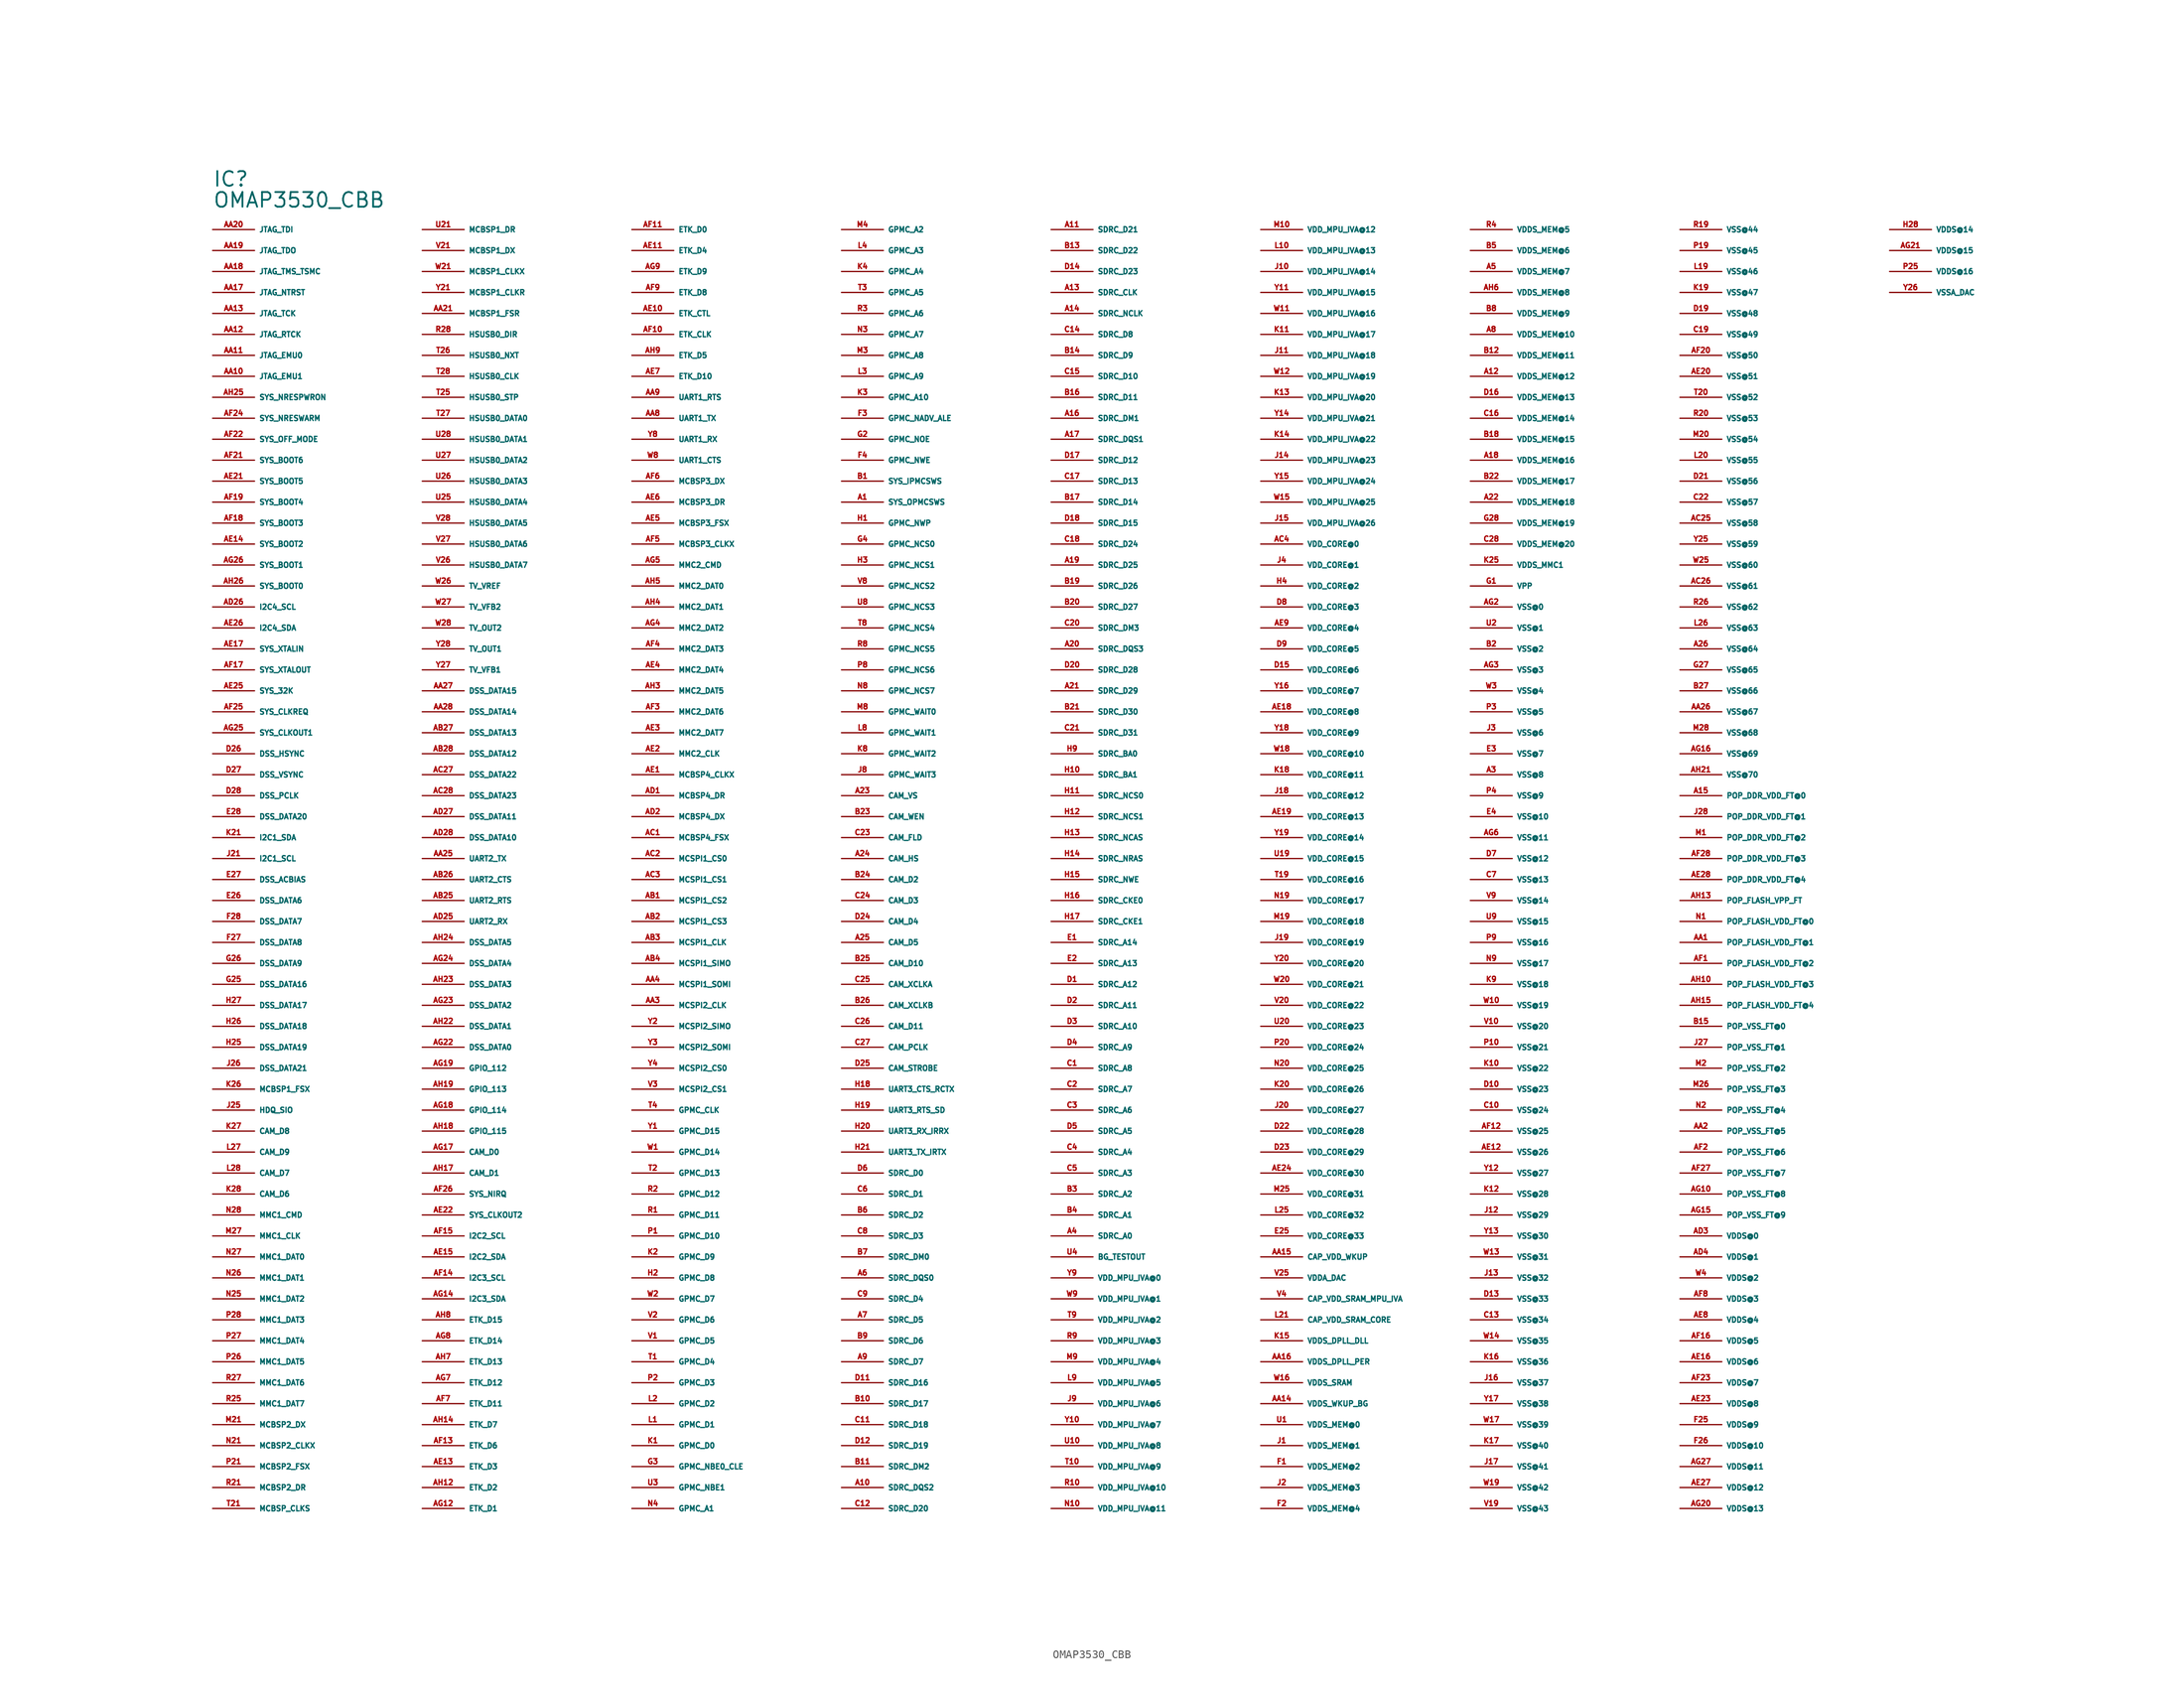
<source format=kicad_sym>
(kicad_symbol_lib
  (version 20220914)
  (generator Eagle2Kicad)
  (symbol "OMAP3530_CBB"
    (property "Reference" "IC"
      (at -81.28 86.36 0)
      (effects (font (size 1.778 1.778) (thickness 0.22)) (justify left bottom)))
    (property "Value" "OMAP3530_CBB"
      (at -81.28 83.82 0)
      (effects (font (size 1.778 1.778) (thickness 0.22)) (justify left bottom)))
    (pin input line
      (at -81.28 81.28 0)
      (length 5.08)
      (name "JTAG_TDI" (effects (font (size 0.635 0.635) (thickness 0.08)) (justify left bottom)))
      (number "AA20" (effects (font (size 0.635 0.635) (thickness 0.08)) (justify left bottom))))
    (pin output line
      (at -81.28 78.74 0)
      (length 5.08)
      (name "JTAG_TDO" (effects (font (size 0.635 0.635) (thickness 0.08)) (justify left bottom)))
      (number "AA19" (effects (font (size 0.635 0.635) (thickness 0.08)) (justify left bottom))))
    (pin input line
      (at -81.28 76.2 0)
      (length 5.08)
      (name "JTAG_TMS_TSMC" (effects (font (size 0.635 0.635) (thickness 0.08)) (justify left bottom)))
      (number "AA18" (effects (font (size 0.635 0.635) (thickness 0.08)) (justify left bottom))))
    (pin input line
      (at -81.28 73.66 0)
      (length 5.08)
      (name "JTAG_NTRST" (effects (font (size 0.635 0.635) (thickness 0.08)) (justify left bottom)))
      (number "AA17" (effects (font (size 0.635 0.635) (thickness 0.08)) (justify left bottom))))
    (pin input line
      (at -81.28 71.12 0)
      (length 5.08)
      (name "JTAG_TCK" (effects (font (size 0.635 0.635) (thickness 0.08)) (justify left bottom)))
      (number "AA13" (effects (font (size 0.635 0.635) (thickness 0.08)) (justify left bottom))))
    (pin passive line
      (at -81.28 68.58 0)
      (length 5.08)
      (name "JTAG_RTCK" (effects (font (size 0.635 0.635) (thickness 0.08)) (justify left bottom)))
      (number "AA12" (effects (font (size 0.635 0.635) (thickness 0.08)) (justify left bottom))))
    (pin passive line
      (at -81.28 66.04 0)
      (length 5.08)
      (name "JTAG_EMU0" (effects (font (size 0.635 0.635) (thickness 0.08)) (justify left bottom)))
      (number "AA11" (effects (font (size 0.635 0.635) (thickness 0.08)) (justify left bottom))))
    (pin passive line
      (at -81.28 63.5 0)
      (length 5.08)
      (name "JTAG_EMU1" (effects (font (size 0.635 0.635) (thickness 0.08)) (justify left bottom)))
      (number "AA10" (effects (font (size 0.635 0.635) (thickness 0.08)) (justify left bottom))))
    (pin passive line
      (at -81.28 60.96 0)
      (length 5.08)
      (name "SYS_NRESPWRON" (effects (font (size 0.635 0.635) (thickness 0.08)) (justify left bottom)))
      (number "AH25" (effects (font (size 0.635 0.635) (thickness 0.08)) (justify left bottom))))
    (pin passive line
      (at -81.28 58.42 0)
      (length 5.08)
      (name "SYS_NRESWARM" (effects (font (size 0.635 0.635) (thickness 0.08)) (justify left bottom)))
      (number "AF24" (effects (font (size 0.635 0.635) (thickness 0.08)) (justify left bottom))))
    (pin bidirectional line
      (at -81.28 55.88 0)
      (length 5.08)
      (name "SYS_OFF_MODE" (effects (font (size 0.635 0.635) (thickness 0.08)) (justify left bottom)))
      (number "AF22" (effects (font (size 0.635 0.635) (thickness 0.08)) (justify left bottom))))
    (pin bidirectional line
      (at -81.28 53.34 0)
      (length 5.08)
      (name "SYS_BOOT6" (effects (font (size 0.635 0.635) (thickness 0.08)) (justify left bottom)))
      (number "AF21" (effects (font (size 0.635 0.635) (thickness 0.08)) (justify left bottom))))
    (pin bidirectional line
      (at -81.28 50.8 0)
      (length 5.08)
      (name "SYS_BOOT5" (effects (font (size 0.635 0.635) (thickness 0.08)) (justify left bottom)))
      (number "AE21" (effects (font (size 0.635 0.635) (thickness 0.08)) (justify left bottom))))
    (pin bidirectional line
      (at -81.28 48.26 0)
      (length 5.08)
      (name "SYS_BOOT4" (effects (font (size 0.635 0.635) (thickness 0.08)) (justify left bottom)))
      (number "AF19" (effects (font (size 0.635 0.635) (thickness 0.08)) (justify left bottom))))
    (pin bidirectional line
      (at -81.28 45.72 0)
      (length 5.08)
      (name "SYS_BOOT3" (effects (font (size 0.635 0.635) (thickness 0.08)) (justify left bottom)))
      (number "AF18" (effects (font (size 0.635 0.635) (thickness 0.08)) (justify left bottom))))
    (pin bidirectional line
      (at -81.28 43.18 0)
      (length 5.08)
      (name "SYS_BOOT2" (effects (font (size 0.635 0.635) (thickness 0.08)) (justify left bottom)))
      (number "AE14" (effects (font (size 0.635 0.635) (thickness 0.08)) (justify left bottom))))
    (pin bidirectional line
      (at -81.28 40.64 0)
      (length 5.08)
      (name "SYS_BOOT1" (effects (font (size 0.635 0.635) (thickness 0.08)) (justify left bottom)))
      (number "AG26" (effects (font (size 0.635 0.635) (thickness 0.08)) (justify left bottom))))
    (pin bidirectional line
      (at -81.28 38.1 0)
      (length 5.08)
      (name "SYS_BOOT0" (effects (font (size 0.635 0.635) (thickness 0.08)) (justify left bottom)))
      (number "AH26" (effects (font (size 0.635 0.635) (thickness 0.08)) (justify left bottom))))
    (pin bidirectional line
      (at -81.28 35.56 0)
      (length 5.08)
      (name "I2C4_SCL" (effects (font (size 0.635 0.635) (thickness 0.08)) (justify left bottom)))
      (number "AD26" (effects (font (size 0.635 0.635) (thickness 0.08)) (justify left bottom))))
    (pin bidirectional line
      (at -81.28 33.02 0)
      (length 5.08)
      (name "I2C4_SDA" (effects (font (size 0.635 0.635) (thickness 0.08)) (justify left bottom)))
      (number "AE26" (effects (font (size 0.635 0.635) (thickness 0.08)) (justify left bottom))))
    (pin passive line
      (at -81.28 30.48 0)
      (length 5.08)
      (name "SYS_XTALIN" (effects (font (size 0.635 0.635) (thickness 0.08)) (justify left bottom)))
      (number "AE17" (effects (font (size 0.635 0.635) (thickness 0.08)) (justify left bottom))))
    (pin passive line
      (at -81.28 27.94 0)
      (length 5.08)
      (name "SYS_XTALOUT" (effects (font (size 0.635 0.635) (thickness 0.08)) (justify left bottom)))
      (number "AF17" (effects (font (size 0.635 0.635) (thickness 0.08)) (justify left bottom))))
    (pin passive line
      (at -81.28 25.4 0)
      (length 5.08)
      (name "SYS_32K" (effects (font (size 0.635 0.635) (thickness 0.08)) (justify left bottom)))
      (number "AE25" (effects (font (size 0.635 0.635) (thickness 0.08)) (justify left bottom))))
    (pin bidirectional line
      (at -81.28 22.86 0)
      (length 5.08)
      (name "SYS_CLKREQ" (effects (font (size 0.635 0.635) (thickness 0.08)) (justify left bottom)))
      (number "AF25" (effects (font (size 0.635 0.635) (thickness 0.08)) (justify left bottom))))
    (pin bidirectional line
      (at -81.28 20.32 0)
      (length 5.08)
      (name "SYS_CLKOUT1" (effects (font (size 0.635 0.635) (thickness 0.08)) (justify left bottom)))
      (number "AG25" (effects (font (size 0.635 0.635) (thickness 0.08)) (justify left bottom))))
    (pin bidirectional line
      (at -81.28 17.78 0)
      (length 5.08)
      (name "DSS_HSYNC" (effects (font (size 0.635 0.635) (thickness 0.08)) (justify left bottom)))
      (number "D26" (effects (font (size 0.635 0.635) (thickness 0.08)) (justify left bottom))))
    (pin bidirectional line
      (at -81.28 15.24 0)
      (length 5.08)
      (name "DSS_VSYNC" (effects (font (size 0.635 0.635) (thickness 0.08)) (justify left bottom)))
      (number "D27" (effects (font (size 0.635 0.635) (thickness 0.08)) (justify left bottom))))
    (pin bidirectional line
      (at -81.28 12.7 0)
      (length 5.08)
      (name "DSS_PCLK" (effects (font (size 0.635 0.635) (thickness 0.08)) (justify left bottom)))
      (number "D28" (effects (font (size 0.635 0.635) (thickness 0.08)) (justify left bottom))))
    (pin bidirectional line
      (at -81.28 10.16 0)
      (length 5.08)
      (name "DSS_DATA20" (effects (font (size 0.635 0.635) (thickness 0.08)) (justify left bottom)))
      (number "E28" (effects (font (size 0.635 0.635) (thickness 0.08)) (justify left bottom))))
    (pin bidirectional line
      (at -81.28 7.62 0)
      (length 5.08)
      (name "I2C1_SDA" (effects (font (size 0.635 0.635) (thickness 0.08)) (justify left bottom)))
      (number "K21" (effects (font (size 0.635 0.635) (thickness 0.08)) (justify left bottom))))
    (pin bidirectional line
      (at -81.28 5.08 0)
      (length 5.08)
      (name "I2C1_SCL" (effects (font (size 0.635 0.635) (thickness 0.08)) (justify left bottom)))
      (number "J21" (effects (font (size 0.635 0.635) (thickness 0.08)) (justify left bottom))))
    (pin bidirectional line
      (at -81.28 2.54 0)
      (length 5.08)
      (name "DSS_ACBIAS" (effects (font (size 0.635 0.635) (thickness 0.08)) (justify left bottom)))
      (number "E27" (effects (font (size 0.635 0.635) (thickness 0.08)) (justify left bottom))))
    (pin bidirectional line
      (at -81.28 0 0)
      (length 5.08)
      (name "DSS_DATA6" (effects (font (size 0.635 0.635) (thickness 0.08)) (justify left bottom)))
      (number "E26" (effects (font (size 0.635 0.635) (thickness 0.08)) (justify left bottom))))
    (pin bidirectional line
      (at -81.28 -2.54 0)
      (length 5.08)
      (name "DSS_DATA7" (effects (font (size 0.635 0.635) (thickness 0.08)) (justify left bottom)))
      (number "F28" (effects (font (size 0.635 0.635) (thickness 0.08)) (justify left bottom))))
    (pin bidirectional line
      (at -81.28 -5.08 0)
      (length 5.08)
      (name "DSS_DATA8" (effects (font (size 0.635 0.635) (thickness 0.08)) (justify left bottom)))
      (number "F27" (effects (font (size 0.635 0.635) (thickness 0.08)) (justify left bottom))))
    (pin bidirectional line
      (at -81.28 -7.62 0)
      (length 5.08)
      (name "DSS_DATA9" (effects (font (size 0.635 0.635) (thickness 0.08)) (justify left bottom)))
      (number "G26" (effects (font (size 0.635 0.635) (thickness 0.08)) (justify left bottom))))
    (pin bidirectional line
      (at -81.28 -10.16 0)
      (length 5.08)
      (name "DSS_DATA16" (effects (font (size 0.635 0.635) (thickness 0.08)) (justify left bottom)))
      (number "G25" (effects (font (size 0.635 0.635) (thickness 0.08)) (justify left bottom))))
    (pin bidirectional line
      (at -81.28 -12.7 0)
      (length 5.08)
      (name "DSS_DATA17" (effects (font (size 0.635 0.635) (thickness 0.08)) (justify left bottom)))
      (number "H27" (effects (font (size 0.635 0.635) (thickness 0.08)) (justify left bottom))))
    (pin bidirectional line
      (at -81.28 -15.24 0)
      (length 5.08)
      (name "DSS_DATA18" (effects (font (size 0.635 0.635) (thickness 0.08)) (justify left bottom)))
      (number "H26" (effects (font (size 0.635 0.635) (thickness 0.08)) (justify left bottom))))
    (pin bidirectional line
      (at -81.28 -17.78 0)
      (length 5.08)
      (name "DSS_DATA19" (effects (font (size 0.635 0.635) (thickness 0.08)) (justify left bottom)))
      (number "H25" (effects (font (size 0.635 0.635) (thickness 0.08)) (justify left bottom))))
    (pin bidirectional line
      (at -81.28 -20.32 0)
      (length 5.08)
      (name "DSS_DATA21" (effects (font (size 0.635 0.635) (thickness 0.08)) (justify left bottom)))
      (number "J26" (effects (font (size 0.635 0.635) (thickness 0.08)) (justify left bottom))))
    (pin bidirectional line
      (at -81.28 -22.86 0)
      (length 5.08)
      (name "MCBSP1_FSX" (effects (font (size 0.635 0.635) (thickness 0.08)) (justify left bottom)))
      (number "K26" (effects (font (size 0.635 0.635) (thickness 0.08)) (justify left bottom))))
    (pin bidirectional line
      (at -81.28 -25.4 0)
      (length 5.08)
      (name "HDQ_SIO" (effects (font (size 0.635 0.635) (thickness 0.08)) (justify left bottom)))
      (number "J25" (effects (font (size 0.635 0.635) (thickness 0.08)) (justify left bottom))))
    (pin bidirectional line
      (at -81.28 -27.94 0)
      (length 5.08)
      (name "CAM_D8" (effects (font (size 0.635 0.635) (thickness 0.08)) (justify left bottom)))
      (number "K27" (effects (font (size 0.635 0.635) (thickness 0.08)) (justify left bottom))))
    (pin bidirectional line
      (at -81.28 -30.48 0)
      (length 5.08)
      (name "CAM_D9" (effects (font (size 0.635 0.635) (thickness 0.08)) (justify left bottom)))
      (number "L27" (effects (font (size 0.635 0.635) (thickness 0.08)) (justify left bottom))))
    (pin bidirectional line
      (at -81.28 -33.02 0)
      (length 5.08)
      (name "CAM_D7" (effects (font (size 0.635 0.635) (thickness 0.08)) (justify left bottom)))
      (number "L28" (effects (font (size 0.635 0.635) (thickness 0.08)) (justify left bottom))))
    (pin bidirectional line
      (at -81.28 -35.56 0)
      (length 5.08)
      (name "CAM_D6" (effects (font (size 0.635 0.635) (thickness 0.08)) (justify left bottom)))
      (number "K28" (effects (font (size 0.635 0.635) (thickness 0.08)) (justify left bottom))))
    (pin bidirectional line
      (at -81.28 -38.1 0)
      (length 5.08)
      (name "MMC1_CMD" (effects (font (size 0.635 0.635) (thickness 0.08)) (justify left bottom)))
      (number "N28" (effects (font (size 0.635 0.635) (thickness 0.08)) (justify left bottom))))
    (pin bidirectional line
      (at -81.28 -40.64 0)
      (length 5.08)
      (name "MMC1_CLK" (effects (font (size 0.635 0.635) (thickness 0.08)) (justify left bottom)))
      (number "M27" (effects (font (size 0.635 0.635) (thickness 0.08)) (justify left bottom))))
    (pin bidirectional line
      (at -81.28 -43.18 0)
      (length 5.08)
      (name "MMC1_DAT0" (effects (font (size 0.635 0.635) (thickness 0.08)) (justify left bottom)))
      (number "N27" (effects (font (size 0.635 0.635) (thickness 0.08)) (justify left bottom))))
    (pin bidirectional line
      (at -81.28 -45.72 0)
      (length 5.08)
      (name "MMC1_DAT1" (effects (font (size 0.635 0.635) (thickness 0.08)) (justify left bottom)))
      (number "N26" (effects (font (size 0.635 0.635) (thickness 0.08)) (justify left bottom))))
    (pin bidirectional line
      (at -81.28 -48.26 0)
      (length 5.08)
      (name "MMC1_DAT2" (effects (font (size 0.635 0.635) (thickness 0.08)) (justify left bottom)))
      (number "N25" (effects (font (size 0.635 0.635) (thickness 0.08)) (justify left bottom))))
    (pin bidirectional line
      (at -81.28 -50.8 0)
      (length 5.08)
      (name "MMC1_DAT3" (effects (font (size 0.635 0.635) (thickness 0.08)) (justify left bottom)))
      (number "P28" (effects (font (size 0.635 0.635) (thickness 0.08)) (justify left bottom))))
    (pin bidirectional line
      (at -81.28 -53.34 0)
      (length 5.08)
      (name "MMC1_DAT4" (effects (font (size 0.635 0.635) (thickness 0.08)) (justify left bottom)))
      (number "P27" (effects (font (size 0.635 0.635) (thickness 0.08)) (justify left bottom))))
    (pin bidirectional line
      (at -81.28 -55.88 0)
      (length 5.08)
      (name "MMC1_DAT5" (effects (font (size 0.635 0.635) (thickness 0.08)) (justify left bottom)))
      (number "P26" (effects (font (size 0.635 0.635) (thickness 0.08)) (justify left bottom))))
    (pin bidirectional line
      (at -81.28 -58.42 0)
      (length 5.08)
      (name "MMC1_DAT6" (effects (font (size 0.635 0.635) (thickness 0.08)) (justify left bottom)))
      (number "R27" (effects (font (size 0.635 0.635) (thickness 0.08)) (justify left bottom))))
    (pin bidirectional line
      (at -81.28 -60.96 0)
      (length 5.08)
      (name "MMC1_DAT7" (effects (font (size 0.635 0.635) (thickness 0.08)) (justify left bottom)))
      (number "R25" (effects (font (size 0.635 0.635) (thickness 0.08)) (justify left bottom))))
    (pin bidirectional line
      (at -81.28 -63.5 0)
      (length 5.08)
      (name "MCBSP2_DX" (effects (font (size 0.635 0.635) (thickness 0.08)) (justify left bottom)))
      (number "M21" (effects (font (size 0.635 0.635) (thickness 0.08)) (justify left bottom))))
    (pin bidirectional line
      (at -81.28 -66.04 0)
      (length 5.08)
      (name "MCBSP2_CLKX" (effects (font (size 0.635 0.635) (thickness 0.08)) (justify left bottom)))
      (number "N21" (effects (font (size 0.635 0.635) (thickness 0.08)) (justify left bottom))))
    (pin bidirectional line
      (at -81.28 -68.58 0)
      (length 5.08)
      (name "MCBSP2_FSX" (effects (font (size 0.635 0.635) (thickness 0.08)) (justify left bottom)))
      (number "P21" (effects (font (size 0.635 0.635) (thickness 0.08)) (justify left bottom))))
    (pin bidirectional line
      (at -81.28 -71.12 0)
      (length 5.08)
      (name "MCBSP2_DR" (effects (font (size 0.635 0.635) (thickness 0.08)) (justify left bottom)))
      (number "R21" (effects (font (size 0.635 0.635) (thickness 0.08)) (justify left bottom))))
    (pin bidirectional line
      (at -81.28 -73.66 0)
      (length 5.08)
      (name "MCBSP_CLKS" (effects (font (size 0.635 0.635) (thickness 0.08)) (justify left bottom)))
      (number "T21" (effects (font (size 0.635 0.635) (thickness 0.08)) (justify left bottom))))
    (pin bidirectional line
      (at -55.88 81.28 0)
      (length 5.08)
      (name "MCBSP1_DR" (effects (font (size 0.635 0.635) (thickness 0.08)) (justify left bottom)))
      (number "U21" (effects (font (size 0.635 0.635) (thickness 0.08)) (justify left bottom))))
    (pin bidirectional line
      (at -55.88 78.74 0)
      (length 5.08)
      (name "MCBSP1_DX" (effects (font (size 0.635 0.635) (thickness 0.08)) (justify left bottom)))
      (number "V21" (effects (font (size 0.635 0.635) (thickness 0.08)) (justify left bottom))))
    (pin bidirectional line
      (at -55.88 76.2 0)
      (length 5.08)
      (name "MCBSP1_CLKX" (effects (font (size 0.635 0.635) (thickness 0.08)) (justify left bottom)))
      (number "W21" (effects (font (size 0.635 0.635) (thickness 0.08)) (justify left bottom))))
    (pin bidirectional line
      (at -55.88 73.66 0)
      (length 5.08)
      (name "MCBSP1_CLKR" (effects (font (size 0.635 0.635) (thickness 0.08)) (justify left bottom)))
      (number "Y21" (effects (font (size 0.635 0.635) (thickness 0.08)) (justify left bottom))))
    (pin bidirectional line
      (at -55.88 71.12 0)
      (length 5.08)
      (name "MCBSP1_FSR" (effects (font (size 0.635 0.635) (thickness 0.08)) (justify left bottom)))
      (number "AA21" (effects (font (size 0.635 0.635) (thickness 0.08)) (justify left bottom))))
    (pin bidirectional line
      (at -55.88 68.58 0)
      (length 5.08)
      (name "HSUSB0_DIR" (effects (font (size 0.635 0.635) (thickness 0.08)) (justify left bottom)))
      (number "R28" (effects (font (size 0.635 0.635) (thickness 0.08)) (justify left bottom))))
    (pin bidirectional line
      (at -55.88 66.04 0)
      (length 5.08)
      (name "HSUSB0_NXT" (effects (font (size 0.635 0.635) (thickness 0.08)) (justify left bottom)))
      (number "T26" (effects (font (size 0.635 0.635) (thickness 0.08)) (justify left bottom))))
    (pin bidirectional line
      (at -55.88 63.5 0)
      (length 5.08)
      (name "HSUSB0_CLK" (effects (font (size 0.635 0.635) (thickness 0.08)) (justify left bottom)))
      (number "T28" (effects (font (size 0.635 0.635) (thickness 0.08)) (justify left bottom))))
    (pin bidirectional line
      (at -55.88 60.96 0)
      (length 5.08)
      (name "HSUSB0_STP" (effects (font (size 0.635 0.635) (thickness 0.08)) (justify left bottom)))
      (number "T25" (effects (font (size 0.635 0.635) (thickness 0.08)) (justify left bottom))))
    (pin bidirectional line
      (at -55.88 58.42 0)
      (length 5.08)
      (name "HSUSB0_DATA0" (effects (font (size 0.635 0.635) (thickness 0.08)) (justify left bottom)))
      (number "T27" (effects (font (size 0.635 0.635) (thickness 0.08)) (justify left bottom))))
    (pin bidirectional line
      (at -55.88 55.88 0)
      (length 5.08)
      (name "HSUSB0_DATA1" (effects (font (size 0.635 0.635) (thickness 0.08)) (justify left bottom)))
      (number "U28" (effects (font (size 0.635 0.635) (thickness 0.08)) (justify left bottom))))
    (pin bidirectional line
      (at -55.88 53.34 0)
      (length 5.08)
      (name "HSUSB0_DATA2" (effects (font (size 0.635 0.635) (thickness 0.08)) (justify left bottom)))
      (number "U27" (effects (font (size 0.635 0.635) (thickness 0.08)) (justify left bottom))))
    (pin bidirectional line
      (at -55.88 50.8 0)
      (length 5.08)
      (name "HSUSB0_DATA3" (effects (font (size 0.635 0.635) (thickness 0.08)) (justify left bottom)))
      (number "U26" (effects (font (size 0.635 0.635) (thickness 0.08)) (justify left bottom))))
    (pin bidirectional line
      (at -55.88 48.26 0)
      (length 5.08)
      (name "HSUSB0_DATA4" (effects (font (size 0.635 0.635) (thickness 0.08)) (justify left bottom)))
      (number "U25" (effects (font (size 0.635 0.635) (thickness 0.08)) (justify left bottom))))
    (pin bidirectional line
      (at -55.88 45.72 0)
      (length 5.08)
      (name "HSUSB0_DATA5" (effects (font (size 0.635 0.635) (thickness 0.08)) (justify left bottom)))
      (number "V28" (effects (font (size 0.635 0.635) (thickness 0.08)) (justify left bottom))))
    (pin bidirectional line
      (at -55.88 43.18 0)
      (length 5.08)
      (name "HSUSB0_DATA6" (effects (font (size 0.635 0.635) (thickness 0.08)) (justify left bottom)))
      (number "V27" (effects (font (size 0.635 0.635) (thickness 0.08)) (justify left bottom))))
    (pin bidirectional line
      (at -55.88 40.64 0)
      (length 5.08)
      (name "HSUSB0_DATA7" (effects (font (size 0.635 0.635) (thickness 0.08)) (justify left bottom)))
      (number "V26" (effects (font (size 0.635 0.635) (thickness 0.08)) (justify left bottom))))
    (pin passive line
      (at -55.88 38.1 0)
      (length 5.08)
      (name "TV_VREF" (effects (font (size 0.635 0.635) (thickness 0.08)) (justify left bottom)))
      (number "W26" (effects (font (size 0.635 0.635) (thickness 0.08)) (justify left bottom))))
    (pin passive line
      (at -55.88 35.56 0)
      (length 5.08)
      (name "TV_VFB2" (effects (font (size 0.635 0.635) (thickness 0.08)) (justify left bottom)))
      (number "W27" (effects (font (size 0.635 0.635) (thickness 0.08)) (justify left bottom))))
    (pin passive line
      (at -55.88 33.02 0)
      (length 5.08)
      (name "TV_OUT2" (effects (font (size 0.635 0.635) (thickness 0.08)) (justify left bottom)))
      (number "W28" (effects (font (size 0.635 0.635) (thickness 0.08)) (justify left bottom))))
    (pin passive line
      (at -55.88 30.48 0)
      (length 5.08)
      (name "TV_OUT1" (effects (font (size 0.635 0.635) (thickness 0.08)) (justify left bottom)))
      (number "Y28" (effects (font (size 0.635 0.635) (thickness 0.08)) (justify left bottom))))
    (pin passive line
      (at -55.88 27.94 0)
      (length 5.08)
      (name "TV_VFB1" (effects (font (size 0.635 0.635) (thickness 0.08)) (justify left bottom)))
      (number "Y27" (effects (font (size 0.635 0.635) (thickness 0.08)) (justify left bottom))))
    (pin bidirectional line
      (at -55.88 25.4 0)
      (length 5.08)
      (name "DSS_DATA15" (effects (font (size 0.635 0.635) (thickness 0.08)) (justify left bottom)))
      (number "AA27" (effects (font (size 0.635 0.635) (thickness 0.08)) (justify left bottom))))
    (pin bidirectional line
      (at -55.88 22.86 0)
      (length 5.08)
      (name "DSS_DATA14" (effects (font (size 0.635 0.635) (thickness 0.08)) (justify left bottom)))
      (number "AA28" (effects (font (size 0.635 0.635) (thickness 0.08)) (justify left bottom))))
    (pin bidirectional line
      (at -55.88 20.32 0)
      (length 5.08)
      (name "DSS_DATA13" (effects (font (size 0.635 0.635) (thickness 0.08)) (justify left bottom)))
      (number "AB27" (effects (font (size 0.635 0.635) (thickness 0.08)) (justify left bottom))))
    (pin bidirectional line
      (at -55.88 17.78 0)
      (length 5.08)
      (name "DSS_DATA12" (effects (font (size 0.635 0.635) (thickness 0.08)) (justify left bottom)))
      (number "AB28" (effects (font (size 0.635 0.635) (thickness 0.08)) (justify left bottom))))
    (pin bidirectional line
      (at -55.88 15.24 0)
      (length 5.08)
      (name "DSS_DATA22" (effects (font (size 0.635 0.635) (thickness 0.08)) (justify left bottom)))
      (number "AC27" (effects (font (size 0.635 0.635) (thickness 0.08)) (justify left bottom))))
    (pin bidirectional line
      (at -55.88 12.7 0)
      (length 5.08)
      (name "DSS_DATA23" (effects (font (size 0.635 0.635) (thickness 0.08)) (justify left bottom)))
      (number "AC28" (effects (font (size 0.635 0.635) (thickness 0.08)) (justify left bottom))))
    (pin bidirectional line
      (at -55.88 10.16 0)
      (length 5.08)
      (name "DSS_DATA11" (effects (font (size 0.635 0.635) (thickness 0.08)) (justify left bottom)))
      (number "AD27" (effects (font (size 0.635 0.635) (thickness 0.08)) (justify left bottom))))
    (pin bidirectional line
      (at -55.88 7.62 0)
      (length 5.08)
      (name "DSS_DATA10" (effects (font (size 0.635 0.635) (thickness 0.08)) (justify left bottom)))
      (number "AD28" (effects (font (size 0.635 0.635) (thickness 0.08)) (justify left bottom))))
    (pin bidirectional line
      (at -55.88 5.08 0)
      (length 5.08)
      (name "UART2_TX" (effects (font (size 0.635 0.635) (thickness 0.08)) (justify left bottom)))
      (number "AA25" (effects (font (size 0.635 0.635) (thickness 0.08)) (justify left bottom))))
    (pin bidirectional line
      (at -55.88 2.54 0)
      (length 5.08)
      (name "UART2_CTS" (effects (font (size 0.635 0.635) (thickness 0.08)) (justify left bottom)))
      (number "AB26" (effects (font (size 0.635 0.635) (thickness 0.08)) (justify left bottom))))
    (pin bidirectional line
      (at -55.88 0 0)
      (length 5.08)
      (name "UART2_RTS" (effects (font (size 0.635 0.635) (thickness 0.08)) (justify left bottom)))
      (number "AB25" (effects (font (size 0.635 0.635) (thickness 0.08)) (justify left bottom))))
    (pin bidirectional line
      (at -55.88 -2.54 0)
      (length 5.08)
      (name "UART2_RX" (effects (font (size 0.635 0.635) (thickness 0.08)) (justify left bottom)))
      (number "AD25" (effects (font (size 0.635 0.635) (thickness 0.08)) (justify left bottom))))
    (pin bidirectional line
      (at -55.88 -5.08 0)
      (length 5.08)
      (name "DSS_DATA5" (effects (font (size 0.635 0.635) (thickness 0.08)) (justify left bottom)))
      (number "AH24" (effects (font (size 0.635 0.635) (thickness 0.08)) (justify left bottom))))
    (pin bidirectional line
      (at -55.88 -7.62 0)
      (length 5.08)
      (name "DSS_DATA4" (effects (font (size 0.635 0.635) (thickness 0.08)) (justify left bottom)))
      (number "AG24" (effects (font (size 0.635 0.635) (thickness 0.08)) (justify left bottom))))
    (pin bidirectional line
      (at -55.88 -10.16 0)
      (length 5.08)
      (name "DSS_DATA3" (effects (font (size 0.635 0.635) (thickness 0.08)) (justify left bottom)))
      (number "AH23" (effects (font (size 0.635 0.635) (thickness 0.08)) (justify left bottom))))
    (pin bidirectional line
      (at -55.88 -12.7 0)
      (length 5.08)
      (name "DSS_DATA2" (effects (font (size 0.635 0.635) (thickness 0.08)) (justify left bottom)))
      (number "AG23" (effects (font (size 0.635 0.635) (thickness 0.08)) (justify left bottom))))
    (pin bidirectional line
      (at -55.88 -15.24 0)
      (length 5.08)
      (name "DSS_DATA1" (effects (font (size 0.635 0.635) (thickness 0.08)) (justify left bottom)))
      (number "AH22" (effects (font (size 0.635 0.635) (thickness 0.08)) (justify left bottom))))
    (pin bidirectional line
      (at -55.88 -17.78 0)
      (length 5.08)
      (name "DSS_DATA0" (effects (font (size 0.635 0.635) (thickness 0.08)) (justify left bottom)))
      (number "AG22" (effects (font (size 0.635 0.635) (thickness 0.08)) (justify left bottom))))
    (pin bidirectional line
      (at -55.88 -20.32 0)
      (length 5.08)
      (name "GPIO_112" (effects (font (size 0.635 0.635) (thickness 0.08)) (justify left bottom)))
      (number "AG19" (effects (font (size 0.635 0.635) (thickness 0.08)) (justify left bottom))))
    (pin bidirectional line
      (at -55.88 -22.86 0)
      (length 5.08)
      (name "GPIO_113" (effects (font (size 0.635 0.635) (thickness 0.08)) (justify left bottom)))
      (number "AH19" (effects (font (size 0.635 0.635) (thickness 0.08)) (justify left bottom))))
    (pin bidirectional line
      (at -55.88 -25.4 0)
      (length 5.08)
      (name "GPIO_114" (effects (font (size 0.635 0.635) (thickness 0.08)) (justify left bottom)))
      (number "AG18" (effects (font (size 0.635 0.635) (thickness 0.08)) (justify left bottom))))
    (pin bidirectional line
      (at -55.88 -27.94 0)
      (length 5.08)
      (name "GPIO_115" (effects (font (size 0.635 0.635) (thickness 0.08)) (justify left bottom)))
      (number "AH18" (effects (font (size 0.635 0.635) (thickness 0.08)) (justify left bottom))))
    (pin bidirectional line
      (at -55.88 -30.48 0)
      (length 5.08)
      (name "CAM_D0" (effects (font (size 0.635 0.635) (thickness 0.08)) (justify left bottom)))
      (number "AG17" (effects (font (size 0.635 0.635) (thickness 0.08)) (justify left bottom))))
    (pin bidirectional line
      (at -55.88 -33.02 0)
      (length 5.08)
      (name "CAM_D1" (effects (font (size 0.635 0.635) (thickness 0.08)) (justify left bottom)))
      (number "AH17" (effects (font (size 0.635 0.635) (thickness 0.08)) (justify left bottom))))
    (pin bidirectional line
      (at -55.88 -35.56 0)
      (length 5.08)
      (name "SYS_NIRQ" (effects (font (size 0.635 0.635) (thickness 0.08)) (justify left bottom)))
      (number "AF26" (effects (font (size 0.635 0.635) (thickness 0.08)) (justify left bottom))))
    (pin bidirectional line
      (at -55.88 -38.1 0)
      (length 5.08)
      (name "SYS_CLKOUT2" (effects (font (size 0.635 0.635) (thickness 0.08)) (justify left bottom)))
      (number "AE22" (effects (font (size 0.635 0.635) (thickness 0.08)) (justify left bottom))))
    (pin bidirectional line
      (at -55.88 -40.64 0)
      (length 5.08)
      (name "I2C2_SCL" (effects (font (size 0.635 0.635) (thickness 0.08)) (justify left bottom)))
      (number "AF15" (effects (font (size 0.635 0.635) (thickness 0.08)) (justify left bottom))))
    (pin bidirectional line
      (at -55.88 -43.18 0)
      (length 5.08)
      (name "I2C2_SDA" (effects (font (size 0.635 0.635) (thickness 0.08)) (justify left bottom)))
      (number "AE15" (effects (font (size 0.635 0.635) (thickness 0.08)) (justify left bottom))))
    (pin bidirectional line
      (at -55.88 -45.72 0)
      (length 5.08)
      (name "I2C3_SCL" (effects (font (size 0.635 0.635) (thickness 0.08)) (justify left bottom)))
      (number "AF14" (effects (font (size 0.635 0.635) (thickness 0.08)) (justify left bottom))))
    (pin bidirectional line
      (at -55.88 -48.26 0)
      (length 5.08)
      (name "I2C3_SDA" (effects (font (size 0.635 0.635) (thickness 0.08)) (justify left bottom)))
      (number "AG14" (effects (font (size 0.635 0.635) (thickness 0.08)) (justify left bottom))))
    (pin bidirectional line
      (at -55.88 -50.8 0)
      (length 5.08)
      (name "ETK_D15" (effects (font (size 0.635 0.635) (thickness 0.08)) (justify left bottom)))
      (number "AH8" (effects (font (size 0.635 0.635) (thickness 0.08)) (justify left bottom))))
    (pin bidirectional line
      (at -55.88 -53.34 0)
      (length 5.08)
      (name "ETK_D14" (effects (font (size 0.635 0.635) (thickness 0.08)) (justify left bottom)))
      (number "AG8" (effects (font (size 0.635 0.635) (thickness 0.08)) (justify left bottom))))
    (pin bidirectional line
      (at -55.88 -55.88 0)
      (length 5.08)
      (name "ETK_D13" (effects (font (size 0.635 0.635) (thickness 0.08)) (justify left bottom)))
      (number "AH7" (effects (font (size 0.635 0.635) (thickness 0.08)) (justify left bottom))))
    (pin bidirectional line
      (at -55.88 -58.42 0)
      (length 5.08)
      (name "ETK_D12" (effects (font (size 0.635 0.635) (thickness 0.08)) (justify left bottom)))
      (number "AG7" (effects (font (size 0.635 0.635) (thickness 0.08)) (justify left bottom))))
    (pin bidirectional line
      (at -55.88 -60.96 0)
      (length 5.08)
      (name "ETK_D11" (effects (font (size 0.635 0.635) (thickness 0.08)) (justify left bottom)))
      (number "AF7" (effects (font (size 0.635 0.635) (thickness 0.08)) (justify left bottom))))
    (pin bidirectional line
      (at -55.88 -63.5 0)
      (length 5.08)
      (name "ETK_D7" (effects (font (size 0.635 0.635) (thickness 0.08)) (justify left bottom)))
      (number "AH14" (effects (font (size 0.635 0.635) (thickness 0.08)) (justify left bottom))))
    (pin bidirectional line
      (at -55.88 -66.04 0)
      (length 5.08)
      (name "ETK_D6" (effects (font (size 0.635 0.635) (thickness 0.08)) (justify left bottom)))
      (number "AF13" (effects (font (size 0.635 0.635) (thickness 0.08)) (justify left bottom))))
    (pin bidirectional line
      (at -55.88 -68.58 0)
      (length 5.08)
      (name "ETK_D3" (effects (font (size 0.635 0.635) (thickness 0.08)) (justify left bottom)))
      (number "AE13" (effects (font (size 0.635 0.635) (thickness 0.08)) (justify left bottom))))
    (pin bidirectional line
      (at -55.88 -71.12 0)
      (length 5.08)
      (name "ETK_D2" (effects (font (size 0.635 0.635) (thickness 0.08)) (justify left bottom)))
      (number "AH12" (effects (font (size 0.635 0.635) (thickness 0.08)) (justify left bottom))))
    (pin bidirectional line
      (at -55.88 -73.66 0)
      (length 5.08)
      (name "ETK_D1" (effects (font (size 0.635 0.635) (thickness 0.08)) (justify left bottom)))
      (number "AG12" (effects (font (size 0.635 0.635) (thickness 0.08)) (justify left bottom))))
    (pin bidirectional line
      (at -30.48 81.28 0)
      (length 5.08)
      (name "ETK_D0" (effects (font (size 0.635 0.635) (thickness 0.08)) (justify left bottom)))
      (number "AF11" (effects (font (size 0.635 0.635) (thickness 0.08)) (justify left bottom))))
    (pin bidirectional line
      (at -30.48 78.74 0)
      (length 5.08)
      (name "ETK_D4" (effects (font (size 0.635 0.635) (thickness 0.08)) (justify left bottom)))
      (number "AE11" (effects (font (size 0.635 0.635) (thickness 0.08)) (justify left bottom))))
    (pin bidirectional line
      (at -30.48 76.2 0)
      (length 5.08)
      (name "ETK_D9" (effects (font (size 0.635 0.635) (thickness 0.08)) (justify left bottom)))
      (number "AG9" (effects (font (size 0.635 0.635) (thickness 0.08)) (justify left bottom))))
    (pin bidirectional line
      (at -30.48 73.66 0)
      (length 5.08)
      (name "ETK_D8" (effects (font (size 0.635 0.635) (thickness 0.08)) (justify left bottom)))
      (number "AF9" (effects (font (size 0.635 0.635) (thickness 0.08)) (justify left bottom))))
    (pin bidirectional line
      (at -30.48 71.12 0)
      (length 5.08)
      (name "ETK_CTL" (effects (font (size 0.635 0.635) (thickness 0.08)) (justify left bottom)))
      (number "AE10" (effects (font (size 0.635 0.635) (thickness 0.08)) (justify left bottom))))
    (pin bidirectional line
      (at -30.48 68.58 0)
      (length 5.08)
      (name "ETK_CLK" (effects (font (size 0.635 0.635) (thickness 0.08)) (justify left bottom)))
      (number "AF10" (effects (font (size 0.635 0.635) (thickness 0.08)) (justify left bottom))))
    (pin bidirectional line
      (at -30.48 66.04 0)
      (length 5.08)
      (name "ETK_D5" (effects (font (size 0.635 0.635) (thickness 0.08)) (justify left bottom)))
      (number "AH9" (effects (font (size 0.635 0.635) (thickness 0.08)) (justify left bottom))))
    (pin bidirectional line
      (at -30.48 63.5 0)
      (length 5.08)
      (name "ETK_D10" (effects (font (size 0.635 0.635) (thickness 0.08)) (justify left bottom)))
      (number "AE7" (effects (font (size 0.635 0.635) (thickness 0.08)) (justify left bottom))))
    (pin bidirectional line
      (at -30.48 60.96 0)
      (length 5.08)
      (name "UART1_RTS" (effects (font (size 0.635 0.635) (thickness 0.08)) (justify left bottom)))
      (number "AA9" (effects (font (size 0.635 0.635) (thickness 0.08)) (justify left bottom))))
    (pin bidirectional line
      (at -30.48 58.42 0)
      (length 5.08)
      (name "UART1_TX" (effects (font (size 0.635 0.635) (thickness 0.08)) (justify left bottom)))
      (number "AA8" (effects (font (size 0.635 0.635) (thickness 0.08)) (justify left bottom))))
    (pin bidirectional line
      (at -30.48 55.88 0)
      (length 5.08)
      (name "UART1_RX" (effects (font (size 0.635 0.635) (thickness 0.08)) (justify left bottom)))
      (number "Y8" (effects (font (size 0.635 0.635) (thickness 0.08)) (justify left bottom))))
    (pin bidirectional line
      (at -30.48 53.34 0)
      (length 5.08)
      (name "UART1_CTS" (effects (font (size 0.635 0.635) (thickness 0.08)) (justify left bottom)))
      (number "W8" (effects (font (size 0.635 0.635) (thickness 0.08)) (justify left bottom))))
    (pin bidirectional line
      (at -30.48 50.8 0)
      (length 5.08)
      (name "MCBSP3_DX" (effects (font (size 0.635 0.635) (thickness 0.08)) (justify left bottom)))
      (number "AF6" (effects (font (size 0.635 0.635) (thickness 0.08)) (justify left bottom))))
    (pin bidirectional line
      (at -30.48 48.26 0)
      (length 5.08)
      (name "MCBSP3_DR" (effects (font (size 0.635 0.635) (thickness 0.08)) (justify left bottom)))
      (number "AE6" (effects (font (size 0.635 0.635) (thickness 0.08)) (justify left bottom))))
    (pin bidirectional line
      (at -30.48 45.72 0)
      (length 5.08)
      (name "MCBSP3_FSX" (effects (font (size 0.635 0.635) (thickness 0.08)) (justify left bottom)))
      (number "AE5" (effects (font (size 0.635 0.635) (thickness 0.08)) (justify left bottom))))
    (pin bidirectional line
      (at -30.48 43.18 0)
      (length 5.08)
      (name "MCBSP3_CLKX" (effects (font (size 0.635 0.635) (thickness 0.08)) (justify left bottom)))
      (number "AF5" (effects (font (size 0.635 0.635) (thickness 0.08)) (justify left bottom))))
    (pin bidirectional line
      (at -30.48 40.64 0)
      (length 5.08)
      (name "MMC2_CMD" (effects (font (size 0.635 0.635) (thickness 0.08)) (justify left bottom)))
      (number "AG5" (effects (font (size 0.635 0.635) (thickness 0.08)) (justify left bottom))))
    (pin bidirectional line
      (at -30.48 38.1 0)
      (length 5.08)
      (name "MMC2_DAT0" (effects (font (size 0.635 0.635) (thickness 0.08)) (justify left bottom)))
      (number "AH5" (effects (font (size 0.635 0.635) (thickness 0.08)) (justify left bottom))))
    (pin bidirectional line
      (at -30.48 35.56 0)
      (length 5.08)
      (name "MMC2_DAT1" (effects (font (size 0.635 0.635) (thickness 0.08)) (justify left bottom)))
      (number "AH4" (effects (font (size 0.635 0.635) (thickness 0.08)) (justify left bottom))))
    (pin bidirectional line
      (at -30.48 33.02 0)
      (length 5.08)
      (name "MMC2_DAT2" (effects (font (size 0.635 0.635) (thickness 0.08)) (justify left bottom)))
      (number "AG4" (effects (font (size 0.635 0.635) (thickness 0.08)) (justify left bottom))))
    (pin bidirectional line
      (at -30.48 30.48 0)
      (length 5.08)
      (name "MMC2_DAT3" (effects (font (size 0.635 0.635) (thickness 0.08)) (justify left bottom)))
      (number "AF4" (effects (font (size 0.635 0.635) (thickness 0.08)) (justify left bottom))))
    (pin bidirectional line
      (at -30.48 27.94 0)
      (length 5.08)
      (name "MMC2_DAT4" (effects (font (size 0.635 0.635) (thickness 0.08)) (justify left bottom)))
      (number "AE4" (effects (font (size 0.635 0.635) (thickness 0.08)) (justify left bottom))))
    (pin bidirectional line
      (at -30.48 25.4 0)
      (length 5.08)
      (name "MMC2_DAT5" (effects (font (size 0.635 0.635) (thickness 0.08)) (justify left bottom)))
      (number "AH3" (effects (font (size 0.635 0.635) (thickness 0.08)) (justify left bottom))))
    (pin bidirectional line
      (at -30.48 22.86 0)
      (length 5.08)
      (name "MMC2_DAT6" (effects (font (size 0.635 0.635) (thickness 0.08)) (justify left bottom)))
      (number "AF3" (effects (font (size 0.635 0.635) (thickness 0.08)) (justify left bottom))))
    (pin bidirectional line
      (at -30.48 20.32 0)
      (length 5.08)
      (name "MMC2_DAT7" (effects (font (size 0.635 0.635) (thickness 0.08)) (justify left bottom)))
      (number "AE3" (effects (font (size 0.635 0.635) (thickness 0.08)) (justify left bottom))))
    (pin bidirectional line
      (at -30.48 17.78 0)
      (length 5.08)
      (name "MMC2_CLK" (effects (font (size 0.635 0.635) (thickness 0.08)) (justify left bottom)))
      (number "AE2" (effects (font (size 0.635 0.635) (thickness 0.08)) (justify left bottom))))
    (pin bidirectional line
      (at -30.48 15.24 0)
      (length 5.08)
      (name "MCBSP4_CLKX" (effects (font (size 0.635 0.635) (thickness 0.08)) (justify left bottom)))
      (number "AE1" (effects (font (size 0.635 0.635) (thickness 0.08)) (justify left bottom))))
    (pin bidirectional line
      (at -30.48 12.7 0)
      (length 5.08)
      (name "MCBSP4_DR" (effects (font (size 0.635 0.635) (thickness 0.08)) (justify left bottom)))
      (number "AD1" (effects (font (size 0.635 0.635) (thickness 0.08)) (justify left bottom))))
    (pin bidirectional line
      (at -30.48 10.16 0)
      (length 5.08)
      (name "MCBSP4_DX" (effects (font (size 0.635 0.635) (thickness 0.08)) (justify left bottom)))
      (number "AD2" (effects (font (size 0.635 0.635) (thickness 0.08)) (justify left bottom))))
    (pin bidirectional line
      (at -30.48 7.62 0)
      (length 5.08)
      (name "MCBSP4_FSX" (effects (font (size 0.635 0.635) (thickness 0.08)) (justify left bottom)))
      (number "AC1" (effects (font (size 0.635 0.635) (thickness 0.08)) (justify left bottom))))
    (pin bidirectional line
      (at -30.48 5.08 0)
      (length 5.08)
      (name "MCSPI1_CS0" (effects (font (size 0.635 0.635) (thickness 0.08)) (justify left bottom)))
      (number "AC2" (effects (font (size 0.635 0.635) (thickness 0.08)) (justify left bottom))))
    (pin bidirectional line
      (at -30.48 2.54 0)
      (length 5.08)
      (name "MCSPI1_CS1" (effects (font (size 0.635 0.635) (thickness 0.08)) (justify left bottom)))
      (number "AC3" (effects (font (size 0.635 0.635) (thickness 0.08)) (justify left bottom))))
    (pin bidirectional line
      (at -30.48 0 0)
      (length 5.08)
      (name "MCSPI1_CS2" (effects (font (size 0.635 0.635) (thickness 0.08)) (justify left bottom)))
      (number "AB1" (effects (font (size 0.635 0.635) (thickness 0.08)) (justify left bottom))))
    (pin bidirectional line
      (at -30.48 -2.54 0)
      (length 5.08)
      (name "MCSPI1_CS3" (effects (font (size 0.635 0.635) (thickness 0.08)) (justify left bottom)))
      (number "AB2" (effects (font (size 0.635 0.635) (thickness 0.08)) (justify left bottom))))
    (pin bidirectional line
      (at -30.48 -5.08 0)
      (length 5.08)
      (name "MCSPI1_CLK" (effects (font (size 0.635 0.635) (thickness 0.08)) (justify left bottom)))
      (number "AB3" (effects (font (size 0.635 0.635) (thickness 0.08)) (justify left bottom))))
    (pin bidirectional line
      (at -30.48 -7.62 0)
      (length 5.08)
      (name "MCSPI1_SIMO" (effects (font (size 0.635 0.635) (thickness 0.08)) (justify left bottom)))
      (number "AB4" (effects (font (size 0.635 0.635) (thickness 0.08)) (justify left bottom))))
    (pin bidirectional line
      (at -30.48 -10.16 0)
      (length 5.08)
      (name "MCSPI1_SOMI" (effects (font (size 0.635 0.635) (thickness 0.08)) (justify left bottom)))
      (number "AA4" (effects (font (size 0.635 0.635) (thickness 0.08)) (justify left bottom))))
    (pin bidirectional line
      (at -30.48 -12.7 0)
      (length 5.08)
      (name "MCSPI2_CLK" (effects (font (size 0.635 0.635) (thickness 0.08)) (justify left bottom)))
      (number "AA3" (effects (font (size 0.635 0.635) (thickness 0.08)) (justify left bottom))))
    (pin bidirectional line
      (at -30.48 -15.24 0)
      (length 5.08)
      (name "MCSPI2_SIMO" (effects (font (size 0.635 0.635) (thickness 0.08)) (justify left bottom)))
      (number "Y2" (effects (font (size 0.635 0.635) (thickness 0.08)) (justify left bottom))))
    (pin bidirectional line
      (at -30.48 -17.78 0)
      (length 5.08)
      (name "MCSPI2_SOMI" (effects (font (size 0.635 0.635) (thickness 0.08)) (justify left bottom)))
      (number "Y3" (effects (font (size 0.635 0.635) (thickness 0.08)) (justify left bottom))))
    (pin bidirectional line
      (at -30.48 -20.32 0)
      (length 5.08)
      (name "MCSPI2_CS0" (effects (font (size 0.635 0.635) (thickness 0.08)) (justify left bottom)))
      (number "Y4" (effects (font (size 0.635 0.635) (thickness 0.08)) (justify left bottom))))
    (pin bidirectional line
      (at -30.48 -22.86 0)
      (length 5.08)
      (name "MCSPI2_CS1" (effects (font (size 0.635 0.635) (thickness 0.08)) (justify left bottom)))
      (number "V3" (effects (font (size 0.635 0.635) (thickness 0.08)) (justify left bottom))))
    (pin bidirectional line
      (at -30.48 -25.4 0)
      (length 5.08)
      (name "GPMC_CLK" (effects (font (size 0.635 0.635) (thickness 0.08)) (justify left bottom)))
      (number "T4" (effects (font (size 0.635 0.635) (thickness 0.08)) (justify left bottom))))
    (pin bidirectional line
      (at -30.48 -27.94 0)
      (length 5.08)
      (name "GPMC_D15" (effects (font (size 0.635 0.635) (thickness 0.08)) (justify left bottom)))
      (number "Y1" (effects (font (size 0.635 0.635) (thickness 0.08)) (justify left bottom))))
    (pin bidirectional line
      (at -30.48 -30.48 0)
      (length 5.08)
      (name "GPMC_D14" (effects (font (size 0.635 0.635) (thickness 0.08)) (justify left bottom)))
      (number "W1" (effects (font (size 0.635 0.635) (thickness 0.08)) (justify left bottom))))
    (pin bidirectional line
      (at -30.48 -33.02 0)
      (length 5.08)
      (name "GPMC_D13" (effects (font (size 0.635 0.635) (thickness 0.08)) (justify left bottom)))
      (number "T2" (effects (font (size 0.635 0.635) (thickness 0.08)) (justify left bottom))))
    (pin bidirectional line
      (at -30.48 -35.56 0)
      (length 5.08)
      (name "GPMC_D12" (effects (font (size 0.635 0.635) (thickness 0.08)) (justify left bottom)))
      (number "R2" (effects (font (size 0.635 0.635) (thickness 0.08)) (justify left bottom))))
    (pin bidirectional line
      (at -30.48 -38.1 0)
      (length 5.08)
      (name "GPMC_D11" (effects (font (size 0.635 0.635) (thickness 0.08)) (justify left bottom)))
      (number "R1" (effects (font (size 0.635 0.635) (thickness 0.08)) (justify left bottom))))
    (pin bidirectional line
      (at -30.48 -40.64 0)
      (length 5.08)
      (name "GPMC_D10" (effects (font (size 0.635 0.635) (thickness 0.08)) (justify left bottom)))
      (number "P1" (effects (font (size 0.635 0.635) (thickness 0.08)) (justify left bottom))))
    (pin bidirectional line
      (at -30.48 -43.18 0)
      (length 5.08)
      (name "GPMC_D9" (effects (font (size 0.635 0.635) (thickness 0.08)) (justify left bottom)))
      (number "K2" (effects (font (size 0.635 0.635) (thickness 0.08)) (justify left bottom))))
    (pin bidirectional line
      (at -30.48 -45.72 0)
      (length 5.08)
      (name "GPMC_D8" (effects (font (size 0.635 0.635) (thickness 0.08)) (justify left bottom)))
      (number "H2" (effects (font (size 0.635 0.635) (thickness 0.08)) (justify left bottom))))
    (pin bidirectional line
      (at -30.48 -48.26 0)
      (length 5.08)
      (name "GPMC_D7" (effects (font (size 0.635 0.635) (thickness 0.08)) (justify left bottom)))
      (number "W2" (effects (font (size 0.635 0.635) (thickness 0.08)) (justify left bottom))))
    (pin bidirectional line
      (at -30.48 -50.8 0)
      (length 5.08)
      (name "GPMC_D6" (effects (font (size 0.635 0.635) (thickness 0.08)) (justify left bottom)))
      (number "V2" (effects (font (size 0.635 0.635) (thickness 0.08)) (justify left bottom))))
    (pin bidirectional line
      (at -30.48 -53.34 0)
      (length 5.08)
      (name "GPMC_D5" (effects (font (size 0.635 0.635) (thickness 0.08)) (justify left bottom)))
      (number "V1" (effects (font (size 0.635 0.635) (thickness 0.08)) (justify left bottom))))
    (pin bidirectional line
      (at -30.48 -55.88 0)
      (length 5.08)
      (name "GPMC_D4" (effects (font (size 0.635 0.635) (thickness 0.08)) (justify left bottom)))
      (number "T1" (effects (font (size 0.635 0.635) (thickness 0.08)) (justify left bottom))))
    (pin bidirectional line
      (at -30.48 -58.42 0)
      (length 5.08)
      (name "GPMC_D3" (effects (font (size 0.635 0.635) (thickness 0.08)) (justify left bottom)))
      (number "P2" (effects (font (size 0.635 0.635) (thickness 0.08)) (justify left bottom))))
    (pin bidirectional line
      (at -30.48 -60.96 0)
      (length 5.08)
      (name "GPMC_D2" (effects (font (size 0.635 0.635) (thickness 0.08)) (justify left bottom)))
      (number "L2" (effects (font (size 0.635 0.635) (thickness 0.08)) (justify left bottom))))
    (pin bidirectional line
      (at -30.48 -63.5 0)
      (length 5.08)
      (name "GPMC_D1" (effects (font (size 0.635 0.635) (thickness 0.08)) (justify left bottom)))
      (number "L1" (effects (font (size 0.635 0.635) (thickness 0.08)) (justify left bottom))))
    (pin bidirectional line
      (at -30.48 -66.04 0)
      (length 5.08)
      (name "GPMC_D0" (effects (font (size 0.635 0.635) (thickness 0.08)) (justify left bottom)))
      (number "K1" (effects (font (size 0.635 0.635) (thickness 0.08)) (justify left bottom))))
    (pin bidirectional line
      (at -30.48 -68.58 0)
      (length 5.08)
      (name "GPMC_NBE0_CLE" (effects (font (size 0.635 0.635) (thickness 0.08)) (justify left bottom)))
      (number "G3" (effects (font (size 0.635 0.635) (thickness 0.08)) (justify left bottom))))
    (pin bidirectional line
      (at -30.48 -71.12 0)
      (length 5.08)
      (name "GPMC_NBE1" (effects (font (size 0.635 0.635) (thickness 0.08)) (justify left bottom)))
      (number "U3" (effects (font (size 0.635 0.635) (thickness 0.08)) (justify left bottom))))
    (pin bidirectional line
      (at -30.48 -73.66 0)
      (length 5.08)
      (name "GPMC_A1" (effects (font (size 0.635 0.635) (thickness 0.08)) (justify left bottom)))
      (number "N4" (effects (font (size 0.635 0.635) (thickness 0.08)) (justify left bottom))))
    (pin bidirectional line
      (at -5.08 81.28 0)
      (length 5.08)
      (name "GPMC_A2" (effects (font (size 0.635 0.635) (thickness 0.08)) (justify left bottom)))
      (number "M4" (effects (font (size 0.635 0.635) (thickness 0.08)) (justify left bottom))))
    (pin bidirectional line
      (at -5.08 78.74 0)
      (length 5.08)
      (name "GPMC_A3" (effects (font (size 0.635 0.635) (thickness 0.08)) (justify left bottom)))
      (number "L4" (effects (font (size 0.635 0.635) (thickness 0.08)) (justify left bottom))))
    (pin bidirectional line
      (at -5.08 76.2 0)
      (length 5.08)
      (name "GPMC_A4" (effects (font (size 0.635 0.635) (thickness 0.08)) (justify left bottom)))
      (number "K4" (effects (font (size 0.635 0.635) (thickness 0.08)) (justify left bottom))))
    (pin bidirectional line
      (at -5.08 73.66 0)
      (length 5.08)
      (name "GPMC_A5" (effects (font (size 0.635 0.635) (thickness 0.08)) (justify left bottom)))
      (number "T3" (effects (font (size 0.635 0.635) (thickness 0.08)) (justify left bottom))))
    (pin bidirectional line
      (at -5.08 71.12 0)
      (length 5.08)
      (name "GPMC_A6" (effects (font (size 0.635 0.635) (thickness 0.08)) (justify left bottom)))
      (number "R3" (effects (font (size 0.635 0.635) (thickness 0.08)) (justify left bottom))))
    (pin bidirectional line
      (at -5.08 68.58 0)
      (length 5.08)
      (name "GPMC_A7" (effects (font (size 0.635 0.635) (thickness 0.08)) (justify left bottom)))
      (number "N3" (effects (font (size 0.635 0.635) (thickness 0.08)) (justify left bottom))))
    (pin bidirectional line
      (at -5.08 66.04 0)
      (length 5.08)
      (name "GPMC_A8" (effects (font (size 0.635 0.635) (thickness 0.08)) (justify left bottom)))
      (number "M3" (effects (font (size 0.635 0.635) (thickness 0.08)) (justify left bottom))))
    (pin bidirectional line
      (at -5.08 63.5 0)
      (length 5.08)
      (name "GPMC_A9" (effects (font (size 0.635 0.635) (thickness 0.08)) (justify left bottom)))
      (number "L3" (effects (font (size 0.635 0.635) (thickness 0.08)) (justify left bottom))))
    (pin bidirectional line
      (at -5.08 60.96 0)
      (length 5.08)
      (name "GPMC_A10" (effects (font (size 0.635 0.635) (thickness 0.08)) (justify left bottom)))
      (number "K3" (effects (font (size 0.635 0.635) (thickness 0.08)) (justify left bottom))))
    (pin output line
      (at -5.08 58.42 0)
      (length 5.08)
      (name "GPMC_NADV_ALE" (effects (font (size 0.635 0.635) (thickness 0.08)) (justify left bottom)))
      (number "F3" (effects (font (size 0.635 0.635) (thickness 0.08)) (justify left bottom))))
    (pin output line
      (at -5.08 55.88 0)
      (length 5.08)
      (name "GPMC_NOE" (effects (font (size 0.635 0.635) (thickness 0.08)) (justify left bottom)))
      (number "G2" (effects (font (size 0.635 0.635) (thickness 0.08)) (justify left bottom))))
    (pin output line
      (at -5.08 53.34 0)
      (length 5.08)
      (name "GPMC_NWE" (effects (font (size 0.635 0.635) (thickness 0.08)) (justify left bottom)))
      (number "F4" (effects (font (size 0.635 0.635) (thickness 0.08)) (justify left bottom))))
    (pin passive line
      (at -5.08 50.8 0)
      (length 5.08)
      (name "SYS_IPMCSWS" (effects (font (size 0.635 0.635) (thickness 0.08)) (justify left bottom)))
      (number "B1" (effects (font (size 0.635 0.635) (thickness 0.08)) (justify left bottom))))
    (pin passive line
      (at -5.08 48.26 0)
      (length 5.08)
      (name "SYS_OPMCSWS" (effects (font (size 0.635 0.635) (thickness 0.08)) (justify left bottom)))
      (number "A1" (effects (font (size 0.635 0.635) (thickness 0.08)) (justify left bottom))))
    (pin bidirectional line
      (at -5.08 45.72 0)
      (length 5.08)
      (name "GPMC_NWP" (effects (font (size 0.635 0.635) (thickness 0.08)) (justify left bottom)))
      (number "H1" (effects (font (size 0.635 0.635) (thickness 0.08)) (justify left bottom))))
    (pin output line
      (at -5.08 43.18 0)
      (length 5.08)
      (name "GPMC_NCS0" (effects (font (size 0.635 0.635) (thickness 0.08)) (justify left bottom)))
      (number "G4" (effects (font (size 0.635 0.635) (thickness 0.08)) (justify left bottom))))
    (pin bidirectional line
      (at -5.08 40.64 0)
      (length 5.08)
      (name "GPMC_NCS1" (effects (font (size 0.635 0.635) (thickness 0.08)) (justify left bottom)))
      (number "H3" (effects (font (size 0.635 0.635) (thickness 0.08)) (justify left bottom))))
    (pin bidirectional line
      (at -5.08 38.1 0)
      (length 5.08)
      (name "GPMC_NCS2" (effects (font (size 0.635 0.635) (thickness 0.08)) (justify left bottom)))
      (number "V8" (effects (font (size 0.635 0.635) (thickness 0.08)) (justify left bottom))))
    (pin bidirectional line
      (at -5.08 35.56 0)
      (length 5.08)
      (name "GPMC_NCS3" (effects (font (size 0.635 0.635) (thickness 0.08)) (justify left bottom)))
      (number "U8" (effects (font (size 0.635 0.635) (thickness 0.08)) (justify left bottom))))
    (pin bidirectional line
      (at -5.08 33.02 0)
      (length 5.08)
      (name "GPMC_NCS4" (effects (font (size 0.635 0.635) (thickness 0.08)) (justify left bottom)))
      (number "T8" (effects (font (size 0.635 0.635) (thickness 0.08)) (justify left bottom))))
    (pin bidirectional line
      (at -5.08 30.48 0)
      (length 5.08)
      (name "GPMC_NCS5" (effects (font (size 0.635 0.635) (thickness 0.08)) (justify left bottom)))
      (number "R8" (effects (font (size 0.635 0.635) (thickness 0.08)) (justify left bottom))))
    (pin bidirectional line
      (at -5.08 27.94 0)
      (length 5.08)
      (name "GPMC_NCS6" (effects (font (size 0.635 0.635) (thickness 0.08)) (justify left bottom)))
      (number "P8" (effects (font (size 0.635 0.635) (thickness 0.08)) (justify left bottom))))
    (pin bidirectional line
      (at -5.08 25.4 0)
      (length 5.08)
      (name "GPMC_NCS7" (effects (font (size 0.635 0.635) (thickness 0.08)) (justify left bottom)))
      (number "N8" (effects (font (size 0.635 0.635) (thickness 0.08)) (justify left bottom))))
    (pin input line
      (at -5.08 22.86 0)
      (length 5.08)
      (name "GPMC_WAIT0" (effects (font (size 0.635 0.635) (thickness 0.08)) (justify left bottom)))
      (number "M8" (effects (font (size 0.635 0.635) (thickness 0.08)) (justify left bottom))))
    (pin bidirectional line
      (at -5.08 20.32 0)
      (length 5.08)
      (name "GPMC_WAIT1" (effects (font (size 0.635 0.635) (thickness 0.08)) (justify left bottom)))
      (number "L8" (effects (font (size 0.635 0.635) (thickness 0.08)) (justify left bottom))))
    (pin bidirectional line
      (at -5.08 17.78 0)
      (length 5.08)
      (name "GPMC_WAIT2" (effects (font (size 0.635 0.635) (thickness 0.08)) (justify left bottom)))
      (number "K8" (effects (font (size 0.635 0.635) (thickness 0.08)) (justify left bottom))))
    (pin bidirectional line
      (at -5.08 15.24 0)
      (length 5.08)
      (name "GPMC_WAIT3" (effects (font (size 0.635 0.635) (thickness 0.08)) (justify left bottom)))
      (number "J8" (effects (font (size 0.635 0.635) (thickness 0.08)) (justify left bottom))))
    (pin bidirectional line
      (at -5.08 12.7 0)
      (length 5.08)
      (name "CAM_VS" (effects (font (size 0.635 0.635) (thickness 0.08)) (justify left bottom)))
      (number "A23" (effects (font (size 0.635 0.635) (thickness 0.08)) (justify left bottom))))
    (pin bidirectional line
      (at -5.08 10.16 0)
      (length 5.08)
      (name "CAM_WEN" (effects (font (size 0.635 0.635) (thickness 0.08)) (justify left bottom)))
      (number "B23" (effects (font (size 0.635 0.635) (thickness 0.08)) (justify left bottom))))
    (pin bidirectional line
      (at -5.08 7.62 0)
      (length 5.08)
      (name "CAM_FLD" (effects (font (size 0.635 0.635) (thickness 0.08)) (justify left bottom)))
      (number "C23" (effects (font (size 0.635 0.635) (thickness 0.08)) (justify left bottom))))
    (pin bidirectional line
      (at -5.08 5.08 0)
      (length 5.08)
      (name "CAM_HS" (effects (font (size 0.635 0.635) (thickness 0.08)) (justify left bottom)))
      (number "A24" (effects (font (size 0.635 0.635) (thickness 0.08)) (justify left bottom))))
    (pin bidirectional line
      (at -5.08 2.54 0)
      (length 5.08)
      (name "CAM_D2" (effects (font (size 0.635 0.635) (thickness 0.08)) (justify left bottom)))
      (number "B24" (effects (font (size 0.635 0.635) (thickness 0.08)) (justify left bottom))))
    (pin bidirectional line
      (at -5.08 0 0)
      (length 5.08)
      (name "CAM_D3" (effects (font (size 0.635 0.635) (thickness 0.08)) (justify left bottom)))
      (number "C24" (effects (font (size 0.635 0.635) (thickness 0.08)) (justify left bottom))))
    (pin bidirectional line
      (at -5.08 -2.54 0)
      (length 5.08)
      (name "CAM_D4" (effects (font (size 0.635 0.635) (thickness 0.08)) (justify left bottom)))
      (number "D24" (effects (font (size 0.635 0.635) (thickness 0.08)) (justify left bottom))))
    (pin bidirectional line
      (at -5.08 -5.08 0)
      (length 5.08)
      (name "CAM_D5" (effects (font (size 0.635 0.635) (thickness 0.08)) (justify left bottom)))
      (number "A25" (effects (font (size 0.635 0.635) (thickness 0.08)) (justify left bottom))))
    (pin bidirectional line
      (at -5.08 -7.62 0)
      (length 5.08)
      (name "CAM_D10" (effects (font (size 0.635 0.635) (thickness 0.08)) (justify left bottom)))
      (number "B25" (effects (font (size 0.635 0.635) (thickness 0.08)) (justify left bottom))))
    (pin bidirectional line
      (at -5.08 -10.16 0)
      (length 5.08)
      (name "CAM_XCLKA" (effects (font (size 0.635 0.635) (thickness 0.08)) (justify left bottom)))
      (number "C25" (effects (font (size 0.635 0.635) (thickness 0.08)) (justify left bottom))))
    (pin bidirectional line
      (at -5.08 -12.7 0)
      (length 5.08)
      (name "CAM_XCLKB" (effects (font (size 0.635 0.635) (thickness 0.08)) (justify left bottom)))
      (number "B26" (effects (font (size 0.635 0.635) (thickness 0.08)) (justify left bottom))))
    (pin bidirectional line
      (at -5.08 -15.24 0)
      (length 5.08)
      (name "CAM_D11" (effects (font (size 0.635 0.635) (thickness 0.08)) (justify left bottom)))
      (number "C26" (effects (font (size 0.635 0.635) (thickness 0.08)) (justify left bottom))))
    (pin bidirectional line
      (at -5.08 -17.78 0)
      (length 5.08)
      (name "CAM_PCLK" (effects (font (size 0.635 0.635) (thickness 0.08)) (justify left bottom)))
      (number "C27" (effects (font (size 0.635 0.635) (thickness 0.08)) (justify left bottom))))
    (pin bidirectional line
      (at -5.08 -20.32 0)
      (length 5.08)
      (name "CAM_STROBE" (effects (font (size 0.635 0.635) (thickness 0.08)) (justify left bottom)))
      (number "D25" (effects (font (size 0.635 0.635) (thickness 0.08)) (justify left bottom))))
    (pin bidirectional line
      (at -5.08 -22.86 0)
      (length 5.08)
      (name "UART3_CTS_RCTX" (effects (font (size 0.635 0.635) (thickness 0.08)) (justify left bottom)))
      (number "H18" (effects (font (size 0.635 0.635) (thickness 0.08)) (justify left bottom))))
    (pin bidirectional line
      (at -5.08 -25.4 0)
      (length 5.08)
      (name "UART3_RTS_SD" (effects (font (size 0.635 0.635) (thickness 0.08)) (justify left bottom)))
      (number "H19" (effects (font (size 0.635 0.635) (thickness 0.08)) (justify left bottom))))
    (pin bidirectional line
      (at -5.08 -27.94 0)
      (length 5.08)
      (name "UART3_RX_IRRX" (effects (font (size 0.635 0.635) (thickness 0.08)) (justify left bottom)))
      (number "H20" (effects (font (size 0.635 0.635) (thickness 0.08)) (justify left bottom))))
    (pin bidirectional line
      (at -5.08 -30.48 0)
      (length 5.08)
      (name "UART3_TX_IRTX" (effects (font (size 0.635 0.635) (thickness 0.08)) (justify left bottom)))
      (number "H21" (effects (font (size 0.635 0.635) (thickness 0.08)) (justify left bottom))))
    (pin bidirectional line
      (at -5.08 -33.02 0)
      (length 5.08)
      (name "SDRC_D0" (effects (font (size 0.635 0.635) (thickness 0.08)) (justify left bottom)))
      (number "D6" (effects (font (size 0.635 0.635) (thickness 0.08)) (justify left bottom))))
    (pin bidirectional line
      (at -5.08 -35.56 0)
      (length 5.08)
      (name "SDRC_D1" (effects (font (size 0.635 0.635) (thickness 0.08)) (justify left bottom)))
      (number "C6" (effects (font (size 0.635 0.635) (thickness 0.08)) (justify left bottom))))
    (pin bidirectional line
      (at -5.08 -38.1 0)
      (length 5.08)
      (name "SDRC_D2" (effects (font (size 0.635 0.635) (thickness 0.08)) (justify left bottom)))
      (number "B6" (effects (font (size 0.635 0.635) (thickness 0.08)) (justify left bottom))))
    (pin bidirectional line
      (at -5.08 -40.64 0)
      (length 5.08)
      (name "SDRC_D3" (effects (font (size 0.635 0.635) (thickness 0.08)) (justify left bottom)))
      (number "C8" (effects (font (size 0.635 0.635) (thickness 0.08)) (justify left bottom))))
    (pin output line
      (at -5.08 -43.18 0)
      (length 5.08)
      (name "SDRC_DM0" (effects (font (size 0.635 0.635) (thickness 0.08)) (justify left bottom)))
      (number "B7" (effects (font (size 0.635 0.635) (thickness 0.08)) (justify left bottom))))
    (pin passive line
      (at -5.08 -45.72 0)
      (length 5.08)
      (name "SDRC_DQS0" (effects (font (size 0.635 0.635) (thickness 0.08)) (justify left bottom)))
      (number "A6" (effects (font (size 0.635 0.635) (thickness 0.08)) (justify left bottom))))
    (pin bidirectional line
      (at -5.08 -48.26 0)
      (length 5.08)
      (name "SDRC_D4" (effects (font (size 0.635 0.635) (thickness 0.08)) (justify left bottom)))
      (number "C9" (effects (font (size 0.635 0.635) (thickness 0.08)) (justify left bottom))))
    (pin bidirectional line
      (at -5.08 -50.8 0)
      (length 5.08)
      (name "SDRC_D5" (effects (font (size 0.635 0.635) (thickness 0.08)) (justify left bottom)))
      (number "A7" (effects (font (size 0.635 0.635) (thickness 0.08)) (justify left bottom))))
    (pin bidirectional line
      (at -5.08 -53.34 0)
      (length 5.08)
      (name "SDRC_D6" (effects (font (size 0.635 0.635) (thickness 0.08)) (justify left bottom)))
      (number "B9" (effects (font (size 0.635 0.635) (thickness 0.08)) (justify left bottom))))
    (pin bidirectional line
      (at -5.08 -55.88 0)
      (length 5.08)
      (name "SDRC_D7" (effects (font (size 0.635 0.635) (thickness 0.08)) (justify left bottom)))
      (number "A9" (effects (font (size 0.635 0.635) (thickness 0.08)) (justify left bottom))))
    (pin bidirectional line
      (at -5.08 -58.42 0)
      (length 5.08)
      (name "SDRC_D16" (effects (font (size 0.635 0.635) (thickness 0.08)) (justify left bottom)))
      (number "D11" (effects (font (size 0.635 0.635) (thickness 0.08)) (justify left bottom))))
    (pin bidirectional line
      (at -5.08 -60.96 0)
      (length 5.08)
      (name "SDRC_D17" (effects (font (size 0.635 0.635) (thickness 0.08)) (justify left bottom)))
      (number "B10" (effects (font (size 0.635 0.635) (thickness 0.08)) (justify left bottom))))
    (pin bidirectional line
      (at -5.08 -63.5 0)
      (length 5.08)
      (name "SDRC_D18" (effects (font (size 0.635 0.635) (thickness 0.08)) (justify left bottom)))
      (number "C11" (effects (font (size 0.635 0.635) (thickness 0.08)) (justify left bottom))))
    (pin bidirectional line
      (at -5.08 -66.04 0)
      (length 5.08)
      (name "SDRC_D19" (effects (font (size 0.635 0.635) (thickness 0.08)) (justify left bottom)))
      (number "D12" (effects (font (size 0.635 0.635) (thickness 0.08)) (justify left bottom))))
    (pin output line
      (at -5.08 -68.58 0)
      (length 5.08)
      (name "SDRC_DM2" (effects (font (size 0.635 0.635) (thickness 0.08)) (justify left bottom)))
      (number "B11" (effects (font (size 0.635 0.635) (thickness 0.08)) (justify left bottom))))
    (pin passive line
      (at -5.08 -71.12 0)
      (length 5.08)
      (name "SDRC_DQS2" (effects (font (size 0.635 0.635) (thickness 0.08)) (justify left bottom)))
      (number "A10" (effects (font (size 0.635 0.635) (thickness 0.08)) (justify left bottom))))
    (pin bidirectional line
      (at -5.08 -73.66 0)
      (length 5.08)
      (name "SDRC_D20" (effects (font (size 0.635 0.635) (thickness 0.08)) (justify left bottom)))
      (number "C12" (effects (font (size 0.635 0.635) (thickness 0.08)) (justify left bottom))))
    (pin bidirectional line
      (at 20.32 81.28 0)
      (length 5.08)
      (name "SDRC_D21" (effects (font (size 0.635 0.635) (thickness 0.08)) (justify left bottom)))
      (number "A11" (effects (font (size 0.635 0.635) (thickness 0.08)) (justify left bottom))))
    (pin bidirectional line
      (at 20.32 78.74 0)
      (length 5.08)
      (name "SDRC_D22" (effects (font (size 0.635 0.635) (thickness 0.08)) (justify left bottom)))
      (number "B13" (effects (font (size 0.635 0.635) (thickness 0.08)) (justify left bottom))))
    (pin bidirectional line
      (at 20.32 76.2 0)
      (length 5.08)
      (name "SDRC_D23" (effects (font (size 0.635 0.635) (thickness 0.08)) (justify left bottom)))
      (number "D14" (effects (font (size 0.635 0.635) (thickness 0.08)) (justify left bottom))))
    (pin passive line
      (at 20.32 73.66 0)
      (length 5.08)
      (name "SDRC_CLK" (effects (font (size 0.635 0.635) (thickness 0.08)) (justify left bottom)))
      (number "A13" (effects (font (size 0.635 0.635) (thickness 0.08)) (justify left bottom))))
    (pin passive line
      (at 20.32 71.12 0)
      (length 5.08)
      (name "SDRC_NCLK" (effects (font (size 0.635 0.635) (thickness 0.08)) (justify left bottom)))
      (number "A14" (effects (font (size 0.635 0.635) (thickness 0.08)) (justify left bottom))))
    (pin bidirectional line
      (at 20.32 68.58 0)
      (length 5.08)
      (name "SDRC_D8" (effects (font (size 0.635 0.635) (thickness 0.08)) (justify left bottom)))
      (number "C14" (effects (font (size 0.635 0.635) (thickness 0.08)) (justify left bottom))))
    (pin bidirectional line
      (at 20.32 66.04 0)
      (length 5.08)
      (name "SDRC_D9" (effects (font (size 0.635 0.635) (thickness 0.08)) (justify left bottom)))
      (number "B14" (effects (font (size 0.635 0.635) (thickness 0.08)) (justify left bottom))))
    (pin bidirectional line
      (at 20.32 63.5 0)
      (length 5.08)
      (name "SDRC_D10" (effects (font (size 0.635 0.635) (thickness 0.08)) (justify left bottom)))
      (number "C15" (effects (font (size 0.635 0.635) (thickness 0.08)) (justify left bottom))))
    (pin bidirectional line
      (at 20.32 60.96 0)
      (length 5.08)
      (name "SDRC_D11" (effects (font (size 0.635 0.635) (thickness 0.08)) (justify left bottom)))
      (number "B16" (effects (font (size 0.635 0.635) (thickness 0.08)) (justify left bottom))))
    (pin output line
      (at 20.32 58.42 0)
      (length 5.08)
      (name "SDRC_DM1" (effects (font (size 0.635 0.635) (thickness 0.08)) (justify left bottom)))
      (number "A16" (effects (font (size 0.635 0.635) (thickness 0.08)) (justify left bottom))))
    (pin passive line
      (at 20.32 55.88 0)
      (length 5.08)
      (name "SDRC_DQS1" (effects (font (size 0.635 0.635) (thickness 0.08)) (justify left bottom)))
      (number "A17" (effects (font (size 0.635 0.635) (thickness 0.08)) (justify left bottom))))
    (pin bidirectional line
      (at 20.32 53.34 0)
      (length 5.08)
      (name "SDRC_D12" (effects (font (size 0.635 0.635) (thickness 0.08)) (justify left bottom)))
      (number "D17" (effects (font (size 0.635 0.635) (thickness 0.08)) (justify left bottom))))
    (pin bidirectional line
      (at 20.32 50.8 0)
      (length 5.08)
      (name "SDRC_D13" (effects (font (size 0.635 0.635) (thickness 0.08)) (justify left bottom)))
      (number "C17" (effects (font (size 0.635 0.635) (thickness 0.08)) (justify left bottom))))
    (pin bidirectional line
      (at 20.32 48.26 0)
      (length 5.08)
      (name "SDRC_D14" (effects (font (size 0.635 0.635) (thickness 0.08)) (justify left bottom)))
      (number "B17" (effects (font (size 0.635 0.635) (thickness 0.08)) (justify left bottom))))
    (pin bidirectional line
      (at 20.32 45.72 0)
      (length 5.08)
      (name "SDRC_D15" (effects (font (size 0.635 0.635) (thickness 0.08)) (justify left bottom)))
      (number "D18" (effects (font (size 0.635 0.635) (thickness 0.08)) (justify left bottom))))
    (pin bidirectional line
      (at 20.32 43.18 0)
      (length 5.08)
      (name "SDRC_D24" (effects (font (size 0.635 0.635) (thickness 0.08)) (justify left bottom)))
      (number "C18" (effects (font (size 0.635 0.635) (thickness 0.08)) (justify left bottom))))
    (pin bidirectional line
      (at 20.32 40.64 0)
      (length 5.08)
      (name "SDRC_D25" (effects (font (size 0.635 0.635) (thickness 0.08)) (justify left bottom)))
      (number "A19" (effects (font (size 0.635 0.635) (thickness 0.08)) (justify left bottom))))
    (pin bidirectional line
      (at 20.32 38.1 0)
      (length 5.08)
      (name "SDRC_D26" (effects (font (size 0.635 0.635) (thickness 0.08)) (justify left bottom)))
      (number "B19" (effects (font (size 0.635 0.635) (thickness 0.08)) (justify left bottom))))
    (pin bidirectional line
      (at 20.32 35.56 0)
      (length 5.08)
      (name "SDRC_D27" (effects (font (size 0.635 0.635) (thickness 0.08)) (justify left bottom)))
      (number "B20" (effects (font (size 0.635 0.635) (thickness 0.08)) (justify left bottom))))
    (pin output line
      (at 20.32 33.02 0)
      (length 5.08)
      (name "SDRC_DM3" (effects (font (size 0.635 0.635) (thickness 0.08)) (justify left bottom)))
      (number "C20" (effects (font (size 0.635 0.635) (thickness 0.08)) (justify left bottom))))
    (pin passive line
      (at 20.32 30.48 0)
      (length 5.08)
      (name "SDRC_DQS3" (effects (font (size 0.635 0.635) (thickness 0.08)) (justify left bottom)))
      (number "A20" (effects (font (size 0.635 0.635) (thickness 0.08)) (justify left bottom))))
    (pin bidirectional line
      (at 20.32 27.94 0)
      (length 5.08)
      (name "SDRC_D28" (effects (font (size 0.635 0.635) (thickness 0.08)) (justify left bottom)))
      (number "D20" (effects (font (size 0.635 0.635) (thickness 0.08)) (justify left bottom))))
    (pin bidirectional line
      (at 20.32 25.4 0)
      (length 5.08)
      (name "SDRC_D29" (effects (font (size 0.635 0.635) (thickness 0.08)) (justify left bottom)))
      (number "A21" (effects (font (size 0.635 0.635) (thickness 0.08)) (justify left bottom))))
    (pin bidirectional line
      (at 20.32 22.86 0)
      (length 5.08)
      (name "SDRC_D30" (effects (font (size 0.635 0.635) (thickness 0.08)) (justify left bottom)))
      (number "B21" (effects (font (size 0.635 0.635) (thickness 0.08)) (justify left bottom))))
    (pin bidirectional line
      (at 20.32 20.32 0)
      (length 5.08)
      (name "SDRC_D31" (effects (font (size 0.635 0.635) (thickness 0.08)) (justify left bottom)))
      (number "C21" (effects (font (size 0.635 0.635) (thickness 0.08)) (justify left bottom))))
    (pin output line
      (at 20.32 17.78 0)
      (length 5.08)
      (name "SDRC_BA0" (effects (font (size 0.635 0.635) (thickness 0.08)) (justify left bottom)))
      (number "H9" (effects (font (size 0.635 0.635) (thickness 0.08)) (justify left bottom))))
    (pin output line
      (at 20.32 15.24 0)
      (length 5.08)
      (name "SDRC_BA1" (effects (font (size 0.635 0.635) (thickness 0.08)) (justify left bottom)))
      (number "H10" (effects (font (size 0.635 0.635) (thickness 0.08)) (justify left bottom))))
    (pin output line
      (at 20.32 12.7 0)
      (length 5.08)
      (name "SDRC_NCS0" (effects (font (size 0.635 0.635) (thickness 0.08)) (justify left bottom)))
      (number "H11" (effects (font (size 0.635 0.635) (thickness 0.08)) (justify left bottom))))
    (pin output line
      (at 20.32 10.16 0)
      (length 5.08)
      (name "SDRC_NCS1" (effects (font (size 0.635 0.635) (thickness 0.08)) (justify left bottom)))
      (number "H12" (effects (font (size 0.635 0.635) (thickness 0.08)) (justify left bottom))))
    (pin output line
      (at 20.32 7.62 0)
      (length 5.08)
      (name "SDRC_NCAS" (effects (font (size 0.635 0.635) (thickness 0.08)) (justify left bottom)))
      (number "H13" (effects (font (size 0.635 0.635) (thickness 0.08)) (justify left bottom))))
    (pin output line
      (at 20.32 5.08 0)
      (length 5.08)
      (name "SDRC_NRAS" (effects (font (size 0.635 0.635) (thickness 0.08)) (justify left bottom)))
      (number "H14" (effects (font (size 0.635 0.635) (thickness 0.08)) (justify left bottom))))
    (pin output line
      (at 20.32 2.54 0)
      (length 5.08)
      (name "SDRC_NWE" (effects (font (size 0.635 0.635) (thickness 0.08)) (justify left bottom)))
      (number "H15" (effects (font (size 0.635 0.635) (thickness 0.08)) (justify left bottom))))
    (pin output line
      (at 20.32 0 0)
      (length 5.08)
      (name "SDRC_CKE0" (effects (font (size 0.635 0.635) (thickness 0.08)) (justify left bottom)))
      (number "H16" (effects (font (size 0.635 0.635) (thickness 0.08)) (justify left bottom))))
    (pin output line
      (at 20.32 -2.54 0)
      (length 5.08)
      (name "SDRC_CKE1" (effects (font (size 0.635 0.635) (thickness 0.08)) (justify left bottom)))
      (number "H17" (effects (font (size 0.635 0.635) (thickness 0.08)) (justify left bottom))))
    (pin output line
      (at 20.32 -5.08 0)
      (length 5.08)
      (name "SDRC_A14" (effects (font (size 0.635 0.635) (thickness 0.08)) (justify left bottom)))
      (number "E1" (effects (font (size 0.635 0.635) (thickness 0.08)) (justify left bottom))))
    (pin output line
      (at 20.32 -7.62 0)
      (length 5.08)
      (name "SDRC_A13" (effects (font (size 0.635 0.635) (thickness 0.08)) (justify left bottom)))
      (number "E2" (effects (font (size 0.635 0.635) (thickness 0.08)) (justify left bottom))))
    (pin output line
      (at 20.32 -10.16 0)
      (length 5.08)
      (name "SDRC_A12" (effects (font (size 0.635 0.635) (thickness 0.08)) (justify left bottom)))
      (number "D1" (effects (font (size 0.635 0.635) (thickness 0.08)) (justify left bottom))))
    (pin output line
      (at 20.32 -12.7 0)
      (length 5.08)
      (name "SDRC_A11" (effects (font (size 0.635 0.635) (thickness 0.08)) (justify left bottom)))
      (number "D2" (effects (font (size 0.635 0.635) (thickness 0.08)) (justify left bottom))))
    (pin output line
      (at 20.32 -15.24 0)
      (length 5.08)
      (name "SDRC_A10" (effects (font (size 0.635 0.635) (thickness 0.08)) (justify left bottom)))
      (number "D3" (effects (font (size 0.635 0.635) (thickness 0.08)) (justify left bottom))))
    (pin output line
      (at 20.32 -17.78 0)
      (length 5.08)
      (name "SDRC_A9" (effects (font (size 0.635 0.635) (thickness 0.08)) (justify left bottom)))
      (number "D4" (effects (font (size 0.635 0.635) (thickness 0.08)) (justify left bottom))))
    (pin output line
      (at 20.32 -20.32 0)
      (length 5.08)
      (name "SDRC_A8" (effects (font (size 0.635 0.635) (thickness 0.08)) (justify left bottom)))
      (number "C1" (effects (font (size 0.635 0.635) (thickness 0.08)) (justify left bottom))))
    (pin output line
      (at 20.32 -22.86 0)
      (length 5.08)
      (name "SDRC_A7" (effects (font (size 0.635 0.635) (thickness 0.08)) (justify left bottom)))
      (number "C2" (effects (font (size 0.635 0.635) (thickness 0.08)) (justify left bottom))))
    (pin output line
      (at 20.32 -25.4 0)
      (length 5.08)
      (name "SDRC_A6" (effects (font (size 0.635 0.635) (thickness 0.08)) (justify left bottom)))
      (number "C3" (effects (font (size 0.635 0.635) (thickness 0.08)) (justify left bottom))))
    (pin output line
      (at 20.32 -27.94 0)
      (length 5.08)
      (name "SDRC_A5" (effects (font (size 0.635 0.635) (thickness 0.08)) (justify left bottom)))
      (number "D5" (effects (font (size 0.635 0.635) (thickness 0.08)) (justify left bottom))))
    (pin output line
      (at 20.32 -30.48 0)
      (length 5.08)
      (name "SDRC_A4" (effects (font (size 0.635 0.635) (thickness 0.08)) (justify left bottom)))
      (number "C4" (effects (font (size 0.635 0.635) (thickness 0.08)) (justify left bottom))))
    (pin output line
      (at 20.32 -33.02 0)
      (length 5.08)
      (name "SDRC_A3" (effects (font (size 0.635 0.635) (thickness 0.08)) (justify left bottom)))
      (number "C5" (effects (font (size 0.635 0.635) (thickness 0.08)) (justify left bottom))))
    (pin output line
      (at 20.32 -35.56 0)
      (length 5.08)
      (name "SDRC_A2" (effects (font (size 0.635 0.635) (thickness 0.08)) (justify left bottom)))
      (number "B3" (effects (font (size 0.635 0.635) (thickness 0.08)) (justify left bottom))))
    (pin output line
      (at 20.32 -38.1 0)
      (length 5.08)
      (name "SDRC_A1" (effects (font (size 0.635 0.635) (thickness 0.08)) (justify left bottom)))
      (number "B4" (effects (font (size 0.635 0.635) (thickness 0.08)) (justify left bottom))))
    (pin output line
      (at 20.32 -40.64 0)
      (length 5.08)
      (name "SDRC_A0" (effects (font (size 0.635 0.635) (thickness 0.08)) (justify left bottom)))
      (number "A4" (effects (font (size 0.635 0.635) (thickness 0.08)) (justify left bottom))))
    (pin passive line
      (at 20.32 -43.18 0)
      (length 5.08)
      (name "BG_TESTOUT" (effects (font (size 0.635 0.635) (thickness 0.08)) (justify left bottom)))
      (number "U4" (effects (font (size 0.635 0.635) (thickness 0.08)) (justify left bottom))))
    (pin unspecified line
      (at 20.32 -45.72 0)
      (length 5.08)
      (name "VDD_MPU_IVA@0" (effects (font (size 0.635 0.635) (thickness 0.08)) (justify left bottom)))
      (number "Y9" (effects (font (size 0.635 0.635) (thickness 0.08)) (justify left bottom))))
    (pin unspecified line
      (at 20.32 -48.26 0)
      (length 5.08)
      (name "VDD_MPU_IVA@1" (effects (font (size 0.635 0.635) (thickness 0.08)) (justify left bottom)))
      (number "W9" (effects (font (size 0.635 0.635) (thickness 0.08)) (justify left bottom))))
    (pin unspecified line
      (at 20.32 -50.8 0)
      (length 5.08)
      (name "VDD_MPU_IVA@2" (effects (font (size 0.635 0.635) (thickness 0.08)) (justify left bottom)))
      (number "T9" (effects (font (size 0.635 0.635) (thickness 0.08)) (justify left bottom))))
    (pin unspecified line
      (at 20.32 -53.34 0)
      (length 5.08)
      (name "VDD_MPU_IVA@3" (effects (font (size 0.635 0.635) (thickness 0.08)) (justify left bottom)))
      (number "R9" (effects (font (size 0.635 0.635) (thickness 0.08)) (justify left bottom))))
    (pin unspecified line
      (at 20.32 -55.88 0)
      (length 5.08)
      (name "VDD_MPU_IVA@4" (effects (font (size 0.635 0.635) (thickness 0.08)) (justify left bottom)))
      (number "M9" (effects (font (size 0.635 0.635) (thickness 0.08)) (justify left bottom))))
    (pin unspecified line
      (at 20.32 -58.42 0)
      (length 5.08)
      (name "VDD_MPU_IVA@5" (effects (font (size 0.635 0.635) (thickness 0.08)) (justify left bottom)))
      (number "L9" (effects (font (size 0.635 0.635) (thickness 0.08)) (justify left bottom))))
    (pin unspecified line
      (at 20.32 -60.96 0)
      (length 5.08)
      (name "VDD_MPU_IVA@6" (effects (font (size 0.635 0.635) (thickness 0.08)) (justify left bottom)))
      (number "J9" (effects (font (size 0.635 0.635) (thickness 0.08)) (justify left bottom))))
    (pin unspecified line
      (at 20.32 -63.5 0)
      (length 5.08)
      (name "VDD_MPU_IVA@7" (effects (font (size 0.635 0.635) (thickness 0.08)) (justify left bottom)))
      (number "Y10" (effects (font (size 0.635 0.635) (thickness 0.08)) (justify left bottom))))
    (pin unspecified line
      (at 20.32 -66.04 0)
      (length 5.08)
      (name "VDD_MPU_IVA@8" (effects (font (size 0.635 0.635) (thickness 0.08)) (justify left bottom)))
      (number "U10" (effects (font (size 0.635 0.635) (thickness 0.08)) (justify left bottom))))
    (pin unspecified line
      (at 20.32 -68.58 0)
      (length 5.08)
      (name "VDD_MPU_IVA@9" (effects (font (size 0.635 0.635) (thickness 0.08)) (justify left bottom)))
      (number "T10" (effects (font (size 0.635 0.635) (thickness 0.08)) (justify left bottom))))
    (pin unspecified line
      (at 20.32 -71.12 0)
      (length 5.08)
      (name "VDD_MPU_IVA@10" (effects (font (size 0.635 0.635) (thickness 0.08)) (justify left bottom)))
      (number "R10" (effects (font (size 0.635 0.635) (thickness 0.08)) (justify left bottom))))
    (pin unspecified line
      (at 20.32 -73.66 0)
      (length 5.08)
      (name "VDD_MPU_IVA@11" (effects (font (size 0.635 0.635) (thickness 0.08)) (justify left bottom)))
      (number "N10" (effects (font (size 0.635 0.635) (thickness 0.08)) (justify left bottom))))
    (pin unspecified line
      (at 45.72 81.28 0)
      (length 5.08)
      (name "VDD_MPU_IVA@12" (effects (font (size 0.635 0.635) (thickness 0.08)) (justify left bottom)))
      (number "M10" (effects (font (size 0.635 0.635) (thickness 0.08)) (justify left bottom))))
    (pin unspecified line
      (at 45.72 78.74 0)
      (length 5.08)
      (name "VDD_MPU_IVA@13" (effects (font (size 0.635 0.635) (thickness 0.08)) (justify left bottom)))
      (number "L10" (effects (font (size 0.635 0.635) (thickness 0.08)) (justify left bottom))))
    (pin unspecified line
      (at 45.72 76.2 0)
      (length 5.08)
      (name "VDD_MPU_IVA@14" (effects (font (size 0.635 0.635) (thickness 0.08)) (justify left bottom)))
      (number "J10" (effects (font (size 0.635 0.635) (thickness 0.08)) (justify left bottom))))
    (pin unspecified line
      (at 45.72 73.66 0)
      (length 5.08)
      (name "VDD_MPU_IVA@15" (effects (font (size 0.635 0.635) (thickness 0.08)) (justify left bottom)))
      (number "Y11" (effects (font (size 0.635 0.635) (thickness 0.08)) (justify left bottom))))
    (pin unspecified line
      (at 45.72 71.12 0)
      (length 5.08)
      (name "VDD_MPU_IVA@16" (effects (font (size 0.635 0.635) (thickness 0.08)) (justify left bottom)))
      (number "W11" (effects (font (size 0.635 0.635) (thickness 0.08)) (justify left bottom))))
    (pin unspecified line
      (at 45.72 68.58 0)
      (length 5.08)
      (name "VDD_MPU_IVA@17" (effects (font (size 0.635 0.635) (thickness 0.08)) (justify left bottom)))
      (number "K11" (effects (font (size 0.635 0.635) (thickness 0.08)) (justify left bottom))))
    (pin unspecified line
      (at 45.72 66.04 0)
      (length 5.08)
      (name "VDD_MPU_IVA@18" (effects (font (size 0.635 0.635) (thickness 0.08)) (justify left bottom)))
      (number "J11" (effects (font (size 0.635 0.635) (thickness 0.08)) (justify left bottom))))
    (pin unspecified line
      (at 45.72 63.5 0)
      (length 5.08)
      (name "VDD_MPU_IVA@19" (effects (font (size 0.635 0.635) (thickness 0.08)) (justify left bottom)))
      (number "W12" (effects (font (size 0.635 0.635) (thickness 0.08)) (justify left bottom))))
    (pin unspecified line
      (at 45.72 60.96 0)
      (length 5.08)
      (name "VDD_MPU_IVA@20" (effects (font (size 0.635 0.635) (thickness 0.08)) (justify left bottom)))
      (number "K13" (effects (font (size 0.635 0.635) (thickness 0.08)) (justify left bottom))))
    (pin unspecified line
      (at 45.72 58.42 0)
      (length 5.08)
      (name "VDD_MPU_IVA@21" (effects (font (size 0.635 0.635) (thickness 0.08)) (justify left bottom)))
      (number "Y14" (effects (font (size 0.635 0.635) (thickness 0.08)) (justify left bottom))))
    (pin unspecified line
      (at 45.72 55.88 0)
      (length 5.08)
      (name "VDD_MPU_IVA@22" (effects (font (size 0.635 0.635) (thickness 0.08)) (justify left bottom)))
      (number "K14" (effects (font (size 0.635 0.635) (thickness 0.08)) (justify left bottom))))
    (pin unspecified line
      (at 45.72 53.34 0)
      (length 5.08)
      (name "VDD_MPU_IVA@23" (effects (font (size 0.635 0.635) (thickness 0.08)) (justify left bottom)))
      (number "J14" (effects (font (size 0.635 0.635) (thickness 0.08)) (justify left bottom))))
    (pin unspecified line
      (at 45.72 50.8 0)
      (length 5.08)
      (name "VDD_MPU_IVA@24" (effects (font (size 0.635 0.635) (thickness 0.08)) (justify left bottom)))
      (number "Y15" (effects (font (size 0.635 0.635) (thickness 0.08)) (justify left bottom))))
    (pin unspecified line
      (at 45.72 48.26 0)
      (length 5.08)
      (name "VDD_MPU_IVA@25" (effects (font (size 0.635 0.635) (thickness 0.08)) (justify left bottom)))
      (number "W15" (effects (font (size 0.635 0.635) (thickness 0.08)) (justify left bottom))))
    (pin unspecified line
      (at 45.72 45.72 0)
      (length 5.08)
      (name "VDD_MPU_IVA@26" (effects (font (size 0.635 0.635) (thickness 0.08)) (justify left bottom)))
      (number "J15" (effects (font (size 0.635 0.635) (thickness 0.08)) (justify left bottom))))
    (pin unspecified line
      (at 45.72 43.18 0)
      (length 5.08)
      (name "VDD_CORE@0" (effects (font (size 0.635 0.635) (thickness 0.08)) (justify left bottom)))
      (number "AC4" (effects (font (size 0.635 0.635) (thickness 0.08)) (justify left bottom))))
    (pin unspecified line
      (at 45.72 40.64 0)
      (length 5.08)
      (name "VDD_CORE@1" (effects (font (size 0.635 0.635) (thickness 0.08)) (justify left bottom)))
      (number "J4" (effects (font (size 0.635 0.635) (thickness 0.08)) (justify left bottom))))
    (pin unspecified line
      (at 45.72 38.1 0)
      (length 5.08)
      (name "VDD_CORE@2" (effects (font (size 0.635 0.635) (thickness 0.08)) (justify left bottom)))
      (number "H4" (effects (font (size 0.635 0.635) (thickness 0.08)) (justify left bottom))))
    (pin unspecified line
      (at 45.72 35.56 0)
      (length 5.08)
      (name "VDD_CORE@3" (effects (font (size 0.635 0.635) (thickness 0.08)) (justify left bottom)))
      (number "D8" (effects (font (size 0.635 0.635) (thickness 0.08)) (justify left bottom))))
    (pin unspecified line
      (at 45.72 33.02 0)
      (length 5.08)
      (name "VDD_CORE@4" (effects (font (size 0.635 0.635) (thickness 0.08)) (justify left bottom)))
      (number "AE9" (effects (font (size 0.635 0.635) (thickness 0.08)) (justify left bottom))))
    (pin unspecified line
      (at 45.72 30.48 0)
      (length 5.08)
      (name "VDD_CORE@5" (effects (font (size 0.635 0.635) (thickness 0.08)) (justify left bottom)))
      (number "D9" (effects (font (size 0.635 0.635) (thickness 0.08)) (justify left bottom))))
    (pin unspecified line
      (at 45.72 27.94 0)
      (length 5.08)
      (name "VDD_CORE@6" (effects (font (size 0.635 0.635) (thickness 0.08)) (justify left bottom)))
      (number "D15" (effects (font (size 0.635 0.635) (thickness 0.08)) (justify left bottom))))
    (pin unspecified line
      (at 45.72 25.4 0)
      (length 5.08)
      (name "VDD_CORE@7" (effects (font (size 0.635 0.635) (thickness 0.08)) (justify left bottom)))
      (number "Y16" (effects (font (size 0.635 0.635) (thickness 0.08)) (justify left bottom))))
    (pin unspecified line
      (at 45.72 22.86 0)
      (length 5.08)
      (name "VDD_CORE@8" (effects (font (size 0.635 0.635) (thickness 0.08)) (justify left bottom)))
      (number "AE18" (effects (font (size 0.635 0.635) (thickness 0.08)) (justify left bottom))))
    (pin unspecified line
      (at 45.72 20.32 0)
      (length 5.08)
      (name "VDD_CORE@9" (effects (font (size 0.635 0.635) (thickness 0.08)) (justify left bottom)))
      (number "Y18" (effects (font (size 0.635 0.635) (thickness 0.08)) (justify left bottom))))
    (pin unspecified line
      (at 45.72 17.78 0)
      (length 5.08)
      (name "VDD_CORE@10" (effects (font (size 0.635 0.635) (thickness 0.08)) (justify left bottom)))
      (number "W18" (effects (font (size 0.635 0.635) (thickness 0.08)) (justify left bottom))))
    (pin unspecified line
      (at 45.72 15.24 0)
      (length 5.08)
      (name "VDD_CORE@11" (effects (font (size 0.635 0.635) (thickness 0.08)) (justify left bottom)))
      (number "K18" (effects (font (size 0.635 0.635) (thickness 0.08)) (justify left bottom))))
    (pin unspecified line
      (at 45.72 12.7 0)
      (length 5.08)
      (name "VDD_CORE@12" (effects (font (size 0.635 0.635) (thickness 0.08)) (justify left bottom)))
      (number "J18" (effects (font (size 0.635 0.635) (thickness 0.08)) (justify left bottom))))
    (pin unspecified line
      (at 45.72 10.16 0)
      (length 5.08)
      (name "VDD_CORE@13" (effects (font (size 0.635 0.635) (thickness 0.08)) (justify left bottom)))
      (number "AE19" (effects (font (size 0.635 0.635) (thickness 0.08)) (justify left bottom))))
    (pin unspecified line
      (at 45.72 7.62 0)
      (length 5.08)
      (name "VDD_CORE@14" (effects (font (size 0.635 0.635) (thickness 0.08)) (justify left bottom)))
      (number "Y19" (effects (font (size 0.635 0.635) (thickness 0.08)) (justify left bottom))))
    (pin unspecified line
      (at 45.72 5.08 0)
      (length 5.08)
      (name "VDD_CORE@15" (effects (font (size 0.635 0.635) (thickness 0.08)) (justify left bottom)))
      (number "U19" (effects (font (size 0.635 0.635) (thickness 0.08)) (justify left bottom))))
    (pin unspecified line
      (at 45.72 2.54 0)
      (length 5.08)
      (name "VDD_CORE@16" (effects (font (size 0.635 0.635) (thickness 0.08)) (justify left bottom)))
      (number "T19" (effects (font (size 0.635 0.635) (thickness 0.08)) (justify left bottom))))
    (pin unspecified line
      (at 45.72 0 0)
      (length 5.08)
      (name "VDD_CORE@17" (effects (font (size 0.635 0.635) (thickness 0.08)) (justify left bottom)))
      (number "N19" (effects (font (size 0.635 0.635) (thickness 0.08)) (justify left bottom))))
    (pin unspecified line
      (at 45.72 -2.54 0)
      (length 5.08)
      (name "VDD_CORE@18" (effects (font (size 0.635 0.635) (thickness 0.08)) (justify left bottom)))
      (number "M19" (effects (font (size 0.635 0.635) (thickness 0.08)) (justify left bottom))))
    (pin unspecified line
      (at 45.72 -5.08 0)
      (length 5.08)
      (name "VDD_CORE@19" (effects (font (size 0.635 0.635) (thickness 0.08)) (justify left bottom)))
      (number "J19" (effects (font (size 0.635 0.635) (thickness 0.08)) (justify left bottom))))
    (pin unspecified line
      (at 45.72 -7.62 0)
      (length 5.08)
      (name "VDD_CORE@20" (effects (font (size 0.635 0.635) (thickness 0.08)) (justify left bottom)))
      (number "Y20" (effects (font (size 0.635 0.635) (thickness 0.08)) (justify left bottom))))
    (pin unspecified line
      (at 45.72 -10.16 0)
      (length 5.08)
      (name "VDD_CORE@21" (effects (font (size 0.635 0.635) (thickness 0.08)) (justify left bottom)))
      (number "W20" (effects (font (size 0.635 0.635) (thickness 0.08)) (justify left bottom))))
    (pin unspecified line
      (at 45.72 -12.7 0)
      (length 5.08)
      (name "VDD_CORE@22" (effects (font (size 0.635 0.635) (thickness 0.08)) (justify left bottom)))
      (number "V20" (effects (font (size 0.635 0.635) (thickness 0.08)) (justify left bottom))))
    (pin unspecified line
      (at 45.72 -15.24 0)
      (length 5.08)
      (name "VDD_CORE@23" (effects (font (size 0.635 0.635) (thickness 0.08)) (justify left bottom)))
      (number "U20" (effects (font (size 0.635 0.635) (thickness 0.08)) (justify left bottom))))
    (pin unspecified line
      (at 45.72 -17.78 0)
      (length 5.08)
      (name "VDD_CORE@24" (effects (font (size 0.635 0.635) (thickness 0.08)) (justify left bottom)))
      (number "P20" (effects (font (size 0.635 0.635) (thickness 0.08)) (justify left bottom))))
    (pin unspecified line
      (at 45.72 -20.32 0)
      (length 5.08)
      (name "VDD_CORE@25" (effects (font (size 0.635 0.635) (thickness 0.08)) (justify left bottom)))
      (number "N20" (effects (font (size 0.635 0.635) (thickness 0.08)) (justify left bottom))))
    (pin unspecified line
      (at 45.72 -22.86 0)
      (length 5.08)
      (name "VDD_CORE@26" (effects (font (size 0.635 0.635) (thickness 0.08)) (justify left bottom)))
      (number "K20" (effects (font (size 0.635 0.635) (thickness 0.08)) (justify left bottom))))
    (pin unspecified line
      (at 45.72 -25.4 0)
      (length 5.08)
      (name "VDD_CORE@27" (effects (font (size 0.635 0.635) (thickness 0.08)) (justify left bottom)))
      (number "J20" (effects (font (size 0.635 0.635) (thickness 0.08)) (justify left bottom))))
    (pin unspecified line
      (at 45.72 -27.94 0)
      (length 5.08)
      (name "VDD_CORE@28" (effects (font (size 0.635 0.635) (thickness 0.08)) (justify left bottom)))
      (number "D22" (effects (font (size 0.635 0.635) (thickness 0.08)) (justify left bottom))))
    (pin unspecified line
      (at 45.72 -30.48 0)
      (length 5.08)
      (name "VDD_CORE@29" (effects (font (size 0.635 0.635) (thickness 0.08)) (justify left bottom)))
      (number "D23" (effects (font (size 0.635 0.635) (thickness 0.08)) (justify left bottom))))
    (pin unspecified line
      (at 45.72 -33.02 0)
      (length 5.08)
      (name "VDD_CORE@30" (effects (font (size 0.635 0.635) (thickness 0.08)) (justify left bottom)))
      (number "AE24" (effects (font (size 0.635 0.635) (thickness 0.08)) (justify left bottom))))
    (pin unspecified line
      (at 45.72 -35.56 0)
      (length 5.08)
      (name "VDD_CORE@31" (effects (font (size 0.635 0.635) (thickness 0.08)) (justify left bottom)))
      (number "M25" (effects (font (size 0.635 0.635) (thickness 0.08)) (justify left bottom))))
    (pin unspecified line
      (at 45.72 -38.1 0)
      (length 5.08)
      (name "VDD_CORE@32" (effects (font (size 0.635 0.635) (thickness 0.08)) (justify left bottom)))
      (number "L25" (effects (font (size 0.635 0.635) (thickness 0.08)) (justify left bottom))))
    (pin unspecified line
      (at 45.72 -40.64 0)
      (length 5.08)
      (name "VDD_CORE@33" (effects (font (size 0.635 0.635) (thickness 0.08)) (justify left bottom)))
      (number "E25" (effects (font (size 0.635 0.635) (thickness 0.08)) (justify left bottom))))
    (pin unspecified line
      (at 45.72 -43.18 0)
      (length 5.08)
      (name "CAP_VDD_WKUP" (effects (font (size 0.635 0.635) (thickness 0.08)) (justify left bottom)))
      (number "AA15" (effects (font (size 0.635 0.635) (thickness 0.08)) (justify left bottom))))
    (pin unspecified line
      (at 45.72 -45.72 0)
      (length 5.08)
      (name "VDDA_DAC" (effects (font (size 0.635 0.635) (thickness 0.08)) (justify left bottom)))
      (number "V25" (effects (font (size 0.635 0.635) (thickness 0.08)) (justify left bottom))))
    (pin unspecified line
      (at 45.72 -48.26 0)
      (length 5.08)
      (name "CAP_VDD_SRAM_MPU_IVA" (effects (font (size 0.635 0.635) (thickness 0.08)) (justify left bottom)))
      (number "V4" (effects (font (size 0.635 0.635) (thickness 0.08)) (justify left bottom))))
    (pin unspecified line
      (at 45.72 -50.8 0)
      (length 5.08)
      (name "CAP_VDD_SRAM_CORE" (effects (font (size 0.635 0.635) (thickness 0.08)) (justify left bottom)))
      (number "L21" (effects (font (size 0.635 0.635) (thickness 0.08)) (justify left bottom))))
    (pin unspecified line
      (at 45.72 -53.34 0)
      (length 5.08)
      (name "VDDS_DPLL_DLL" (effects (font (size 0.635 0.635) (thickness 0.08)) (justify left bottom)))
      (number "K15" (effects (font (size 0.635 0.635) (thickness 0.08)) (justify left bottom))))
    (pin unspecified line
      (at 45.72 -55.88 0)
      (length 5.08)
      (name "VDDS_DPLL_PER" (effects (font (size 0.635 0.635) (thickness 0.08)) (justify left bottom)))
      (number "AA16" (effects (font (size 0.635 0.635) (thickness 0.08)) (justify left bottom))))
    (pin unspecified line
      (at 45.72 -58.42 0)
      (length 5.08)
      (name "VDDS_SRAM" (effects (font (size 0.635 0.635) (thickness 0.08)) (justify left bottom)))
      (number "W16" (effects (font (size 0.635 0.635) (thickness 0.08)) (justify left bottom))))
    (pin unspecified line
      (at 45.72 -60.96 0)
      (length 5.08)
      (name "VDDS_WKUP_BG" (effects (font (size 0.635 0.635) (thickness 0.08)) (justify left bottom)))
      (number "AA14" (effects (font (size 0.635 0.635) (thickness 0.08)) (justify left bottom))))
    (pin unspecified line
      (at 45.72 -63.5 0)
      (length 5.08)
      (name "VDDS_MEM@0" (effects (font (size 0.635 0.635) (thickness 0.08)) (justify left bottom)))
      (number "U1" (effects (font (size 0.635 0.635) (thickness 0.08)) (justify left bottom))))
    (pin unspecified line
      (at 45.72 -66.04 0)
      (length 5.08)
      (name "VDDS_MEM@1" (effects (font (size 0.635 0.635) (thickness 0.08)) (justify left bottom)))
      (number "J1" (effects (font (size 0.635 0.635) (thickness 0.08)) (justify left bottom))))
    (pin unspecified line
      (at 45.72 -68.58 0)
      (length 5.08)
      (name "VDDS_MEM@2" (effects (font (size 0.635 0.635) (thickness 0.08)) (justify left bottom)))
      (number "F1" (effects (font (size 0.635 0.635) (thickness 0.08)) (justify left bottom))))
    (pin unspecified line
      (at 45.72 -71.12 0)
      (length 5.08)
      (name "VDDS_MEM@3" (effects (font (size 0.635 0.635) (thickness 0.08)) (justify left bottom)))
      (number "J2" (effects (font (size 0.635 0.635) (thickness 0.08)) (justify left bottom))))
    (pin unspecified line
      (at 45.72 -73.66 0)
      (length 5.08)
      (name "VDDS_MEM@4" (effects (font (size 0.635 0.635) (thickness 0.08)) (justify left bottom)))
      (number "F2" (effects (font (size 0.635 0.635) (thickness 0.08)) (justify left bottom))))
    (pin unspecified line
      (at 71.12 81.28 0)
      (length 5.08)
      (name "VDDS_MEM@5" (effects (font (size 0.635 0.635) (thickness 0.08)) (justify left bottom)))
      (number "R4" (effects (font (size 0.635 0.635) (thickness 0.08)) (justify left bottom))))
    (pin unspecified line
      (at 71.12 78.74 0)
      (length 5.08)
      (name "VDDS_MEM@6" (effects (font (size 0.635 0.635) (thickness 0.08)) (justify left bottom)))
      (number "B5" (effects (font (size 0.635 0.635) (thickness 0.08)) (justify left bottom))))
    (pin unspecified line
      (at 71.12 76.2 0)
      (length 5.08)
      (name "VDDS_MEM@7" (effects (font (size 0.635 0.635) (thickness 0.08)) (justify left bottom)))
      (number "A5" (effects (font (size 0.635 0.635) (thickness 0.08)) (justify left bottom))))
    (pin unspecified line
      (at 71.12 73.66 0)
      (length 5.08)
      (name "VDDS_MEM@8" (effects (font (size 0.635 0.635) (thickness 0.08)) (justify left bottom)))
      (number "AH6" (effects (font (size 0.635 0.635) (thickness 0.08)) (justify left bottom))))
    (pin unspecified line
      (at 71.12 71.12 0)
      (length 5.08)
      (name "VDDS_MEM@9" (effects (font (size 0.635 0.635) (thickness 0.08)) (justify left bottom)))
      (number "B8" (effects (font (size 0.635 0.635) (thickness 0.08)) (justify left bottom))))
    (pin unspecified line
      (at 71.12 68.58 0)
      (length 5.08)
      (name "VDDS_MEM@10" (effects (font (size 0.635 0.635) (thickness 0.08)) (justify left bottom)))
      (number "A8" (effects (font (size 0.635 0.635) (thickness 0.08)) (justify left bottom))))
    (pin unspecified line
      (at 71.12 66.04 0)
      (length 5.08)
      (name "VDDS_MEM@11" (effects (font (size 0.635 0.635) (thickness 0.08)) (justify left bottom)))
      (number "B12" (effects (font (size 0.635 0.635) (thickness 0.08)) (justify left bottom))))
    (pin unspecified line
      (at 71.12 63.5 0)
      (length 5.08)
      (name "VDDS_MEM@12" (effects (font (size 0.635 0.635) (thickness 0.08)) (justify left bottom)))
      (number "A12" (effects (font (size 0.635 0.635) (thickness 0.08)) (justify left bottom))))
    (pin unspecified line
      (at 71.12 60.96 0)
      (length 5.08)
      (name "VDDS_MEM@13" (effects (font (size 0.635 0.635) (thickness 0.08)) (justify left bottom)))
      (number "D16" (effects (font (size 0.635 0.635) (thickness 0.08)) (justify left bottom))))
    (pin unspecified line
      (at 71.12 58.42 0)
      (length 5.08)
      (name "VDDS_MEM@14" (effects (font (size 0.635 0.635) (thickness 0.08)) (justify left bottom)))
      (number "C16" (effects (font (size 0.635 0.635) (thickness 0.08)) (justify left bottom))))
    (pin unspecified line
      (at 71.12 55.88 0)
      (length 5.08)
      (name "VDDS_MEM@15" (effects (font (size 0.635 0.635) (thickness 0.08)) (justify left bottom)))
      (number "B18" (effects (font (size 0.635 0.635) (thickness 0.08)) (justify left bottom))))
    (pin unspecified line
      (at 71.12 53.34 0)
      (length 5.08)
      (name "VDDS_MEM@16" (effects (font (size 0.635 0.635) (thickness 0.08)) (justify left bottom)))
      (number "A18" (effects (font (size 0.635 0.635) (thickness 0.08)) (justify left bottom))))
    (pin unspecified line
      (at 71.12 50.8 0)
      (length 5.08)
      (name "VDDS_MEM@17" (effects (font (size 0.635 0.635) (thickness 0.08)) (justify left bottom)))
      (number "B22" (effects (font (size 0.635 0.635) (thickness 0.08)) (justify left bottom))))
    (pin unspecified line
      (at 71.12 48.26 0)
      (length 5.08)
      (name "VDDS_MEM@18" (effects (font (size 0.635 0.635) (thickness 0.08)) (justify left bottom)))
      (number "A22" (effects (font (size 0.635 0.635) (thickness 0.08)) (justify left bottom))))
    (pin unspecified line
      (at 71.12 45.72 0)
      (length 5.08)
      (name "VDDS_MEM@19" (effects (font (size 0.635 0.635) (thickness 0.08)) (justify left bottom)))
      (number "G28" (effects (font (size 0.635 0.635) (thickness 0.08)) (justify left bottom))))
    (pin unspecified line
      (at 71.12 43.18 0)
      (length 5.08)
      (name "VDDS_MEM@20" (effects (font (size 0.635 0.635) (thickness 0.08)) (justify left bottom)))
      (number "C28" (effects (font (size 0.635 0.635) (thickness 0.08)) (justify left bottom))))
    (pin unspecified line
      (at 71.12 40.64 0)
      (length 5.08)
      (name "VDDS_MMC1" (effects (font (size 0.635 0.635) (thickness 0.08)) (justify left bottom)))
      (number "K25" (effects (font (size 0.635 0.635) (thickness 0.08)) (justify left bottom))))
    (pin passive line
      (at 71.12 38.1 0)
      (length 5.08)
      (name "VPP" (effects (font (size 0.635 0.635) (thickness 0.08)) (justify left bottom)))
      (number "G1" (effects (font (size 0.635 0.635) (thickness 0.08)) (justify left bottom))))
    (pin unspecified line
      (at 71.12 35.56 0)
      (length 5.08)
      (name "VSS@0" (effects (font (size 0.635 0.635) (thickness 0.08)) (justify left bottom)))
      (number "AG2" (effects (font (size 0.635 0.635) (thickness 0.08)) (justify left bottom))))
    (pin unspecified line
      (at 71.12 33.02 0)
      (length 5.08)
      (name "VSS@1" (effects (font (size 0.635 0.635) (thickness 0.08)) (justify left bottom)))
      (number "U2" (effects (font (size 0.635 0.635) (thickness 0.08)) (justify left bottom))))
    (pin unspecified line
      (at 71.12 30.48 0)
      (length 5.08)
      (name "VSS@2" (effects (font (size 0.635 0.635) (thickness 0.08)) (justify left bottom)))
      (number "B2" (effects (font (size 0.635 0.635) (thickness 0.08)) (justify left bottom))))
    (pin unspecified line
      (at 71.12 27.94 0)
      (length 5.08)
      (name "VSS@3" (effects (font (size 0.635 0.635) (thickness 0.08)) (justify left bottom)))
      (number "AG3" (effects (font (size 0.635 0.635) (thickness 0.08)) (justify left bottom))))
    (pin unspecified line
      (at 71.12 25.4 0)
      (length 5.08)
      (name "VSS@4" (effects (font (size 0.635 0.635) (thickness 0.08)) (justify left bottom)))
      (number "W3" (effects (font (size 0.635 0.635) (thickness 0.08)) (justify left bottom))))
    (pin unspecified line
      (at 71.12 22.86 0)
      (length 5.08)
      (name "VSS@5" (effects (font (size 0.635 0.635) (thickness 0.08)) (justify left bottom)))
      (number "P3" (effects (font (size 0.635 0.635) (thickness 0.08)) (justify left bottom))))
    (pin unspecified line
      (at 71.12 20.32 0)
      (length 5.08)
      (name "VSS@6" (effects (font (size 0.635 0.635) (thickness 0.08)) (justify left bottom)))
      (number "J3" (effects (font (size 0.635 0.635) (thickness 0.08)) (justify left bottom))))
    (pin unspecified line
      (at 71.12 17.78 0)
      (length 5.08)
      (name "VSS@7" (effects (font (size 0.635 0.635) (thickness 0.08)) (justify left bottom)))
      (number "E3" (effects (font (size 0.635 0.635) (thickness 0.08)) (justify left bottom))))
    (pin unspecified line
      (at 71.12 15.24 0)
      (length 5.08)
      (name "VSS@8" (effects (font (size 0.635 0.635) (thickness 0.08)) (justify left bottom)))
      (number "A3" (effects (font (size 0.635 0.635) (thickness 0.08)) (justify left bottom))))
    (pin unspecified line
      (at 71.12 12.7 0)
      (length 5.08)
      (name "VSS@9" (effects (font (size 0.635 0.635) (thickness 0.08)) (justify left bottom)))
      (number "P4" (effects (font (size 0.635 0.635) (thickness 0.08)) (justify left bottom))))
    (pin unspecified line
      (at 71.12 10.16 0)
      (length 5.08)
      (name "VSS@10" (effects (font (size 0.635 0.635) (thickness 0.08)) (justify left bottom)))
      (number "E4" (effects (font (size 0.635 0.635) (thickness 0.08)) (justify left bottom))))
    (pin unspecified line
      (at 71.12 7.62 0)
      (length 5.08)
      (name "VSS@11" (effects (font (size 0.635 0.635) (thickness 0.08)) (justify left bottom)))
      (number "AG6" (effects (font (size 0.635 0.635) (thickness 0.08)) (justify left bottom))))
    (pin unspecified line
      (at 71.12 5.08 0)
      (length 5.08)
      (name "VSS@12" (effects (font (size 0.635 0.635) (thickness 0.08)) (justify left bottom)))
      (number "D7" (effects (font (size 0.635 0.635) (thickness 0.08)) (justify left bottom))))
    (pin unspecified line
      (at 71.12 2.54 0)
      (length 5.08)
      (name "VSS@13" (effects (font (size 0.635 0.635) (thickness 0.08)) (justify left bottom)))
      (number "C7" (effects (font (size 0.635 0.635) (thickness 0.08)) (justify left bottom))))
    (pin unspecified line
      (at 71.12 0 0)
      (length 5.08)
      (name "VSS@14" (effects (font (size 0.635 0.635) (thickness 0.08)) (justify left bottom)))
      (number "V9" (effects (font (size 0.635 0.635) (thickness 0.08)) (justify left bottom))))
    (pin unspecified line
      (at 71.12 -2.54 0)
      (length 5.08)
      (name "VSS@15" (effects (font (size 0.635 0.635) (thickness 0.08)) (justify left bottom)))
      (number "U9" (effects (font (size 0.635 0.635) (thickness 0.08)) (justify left bottom))))
    (pin unspecified line
      (at 71.12 -5.08 0)
      (length 5.08)
      (name "VSS@16" (effects (font (size 0.635 0.635) (thickness 0.08)) (justify left bottom)))
      (number "P9" (effects (font (size 0.635 0.635) (thickness 0.08)) (justify left bottom))))
    (pin unspecified line
      (at 71.12 -7.62 0)
      (length 5.08)
      (name "VSS@17" (effects (font (size 0.635 0.635) (thickness 0.08)) (justify left bottom)))
      (number "N9" (effects (font (size 0.635 0.635) (thickness 0.08)) (justify left bottom))))
    (pin unspecified line
      (at 71.12 -10.16 0)
      (length 5.08)
      (name "VSS@18" (effects (font (size 0.635 0.635) (thickness 0.08)) (justify left bottom)))
      (number "K9" (effects (font (size 0.635 0.635) (thickness 0.08)) (justify left bottom))))
    (pin unspecified line
      (at 71.12 -12.7 0)
      (length 5.08)
      (name "VSS@19" (effects (font (size 0.635 0.635) (thickness 0.08)) (justify left bottom)))
      (number "W10" (effects (font (size 0.635 0.635) (thickness 0.08)) (justify left bottom))))
    (pin unspecified line
      (at 71.12 -15.24 0)
      (length 5.08)
      (name "VSS@20" (effects (font (size 0.635 0.635) (thickness 0.08)) (justify left bottom)))
      (number "V10" (effects (font (size 0.635 0.635) (thickness 0.08)) (justify left bottom))))
    (pin unspecified line
      (at 71.12 -17.78 0)
      (length 5.08)
      (name "VSS@21" (effects (font (size 0.635 0.635) (thickness 0.08)) (justify left bottom)))
      (number "P10" (effects (font (size 0.635 0.635) (thickness 0.08)) (justify left bottom))))
    (pin unspecified line
      (at 71.12 -20.32 0)
      (length 5.08)
      (name "VSS@22" (effects (font (size 0.635 0.635) (thickness 0.08)) (justify left bottom)))
      (number "K10" (effects (font (size 0.635 0.635) (thickness 0.08)) (justify left bottom))))
    (pin unspecified line
      (at 71.12 -22.86 0)
      (length 5.08)
      (name "VSS@23" (effects (font (size 0.635 0.635) (thickness 0.08)) (justify left bottom)))
      (number "D10" (effects (font (size 0.635 0.635) (thickness 0.08)) (justify left bottom))))
    (pin unspecified line
      (at 71.12 -25.4 0)
      (length 5.08)
      (name "VSS@24" (effects (font (size 0.635 0.635) (thickness 0.08)) (justify left bottom)))
      (number "C10" (effects (font (size 0.635 0.635) (thickness 0.08)) (justify left bottom))))
    (pin unspecified line
      (at 71.12 -27.94 0)
      (length 5.08)
      (name "VSS@25" (effects (font (size 0.635 0.635) (thickness 0.08)) (justify left bottom)))
      (number "AF12" (effects (font (size 0.635 0.635) (thickness 0.08)) (justify left bottom))))
    (pin unspecified line
      (at 71.12 -30.48 0)
      (length 5.08)
      (name "VSS@26" (effects (font (size 0.635 0.635) (thickness 0.08)) (justify left bottom)))
      (number "AE12" (effects (font (size 0.635 0.635) (thickness 0.08)) (justify left bottom))))
    (pin unspecified line
      (at 71.12 -33.02 0)
      (length 5.08)
      (name "VSS@27" (effects (font (size 0.635 0.635) (thickness 0.08)) (justify left bottom)))
      (number "Y12" (effects (font (size 0.635 0.635) (thickness 0.08)) (justify left bottom))))
    (pin unspecified line
      (at 71.12 -35.56 0)
      (length 5.08)
      (name "VSS@28" (effects (font (size 0.635 0.635) (thickness 0.08)) (justify left bottom)))
      (number "K12" (effects (font (size 0.635 0.635) (thickness 0.08)) (justify left bottom))))
    (pin unspecified line
      (at 71.12 -38.1 0)
      (length 5.08)
      (name "VSS@29" (effects (font (size 0.635 0.635) (thickness 0.08)) (justify left bottom)))
      (number "J12" (effects (font (size 0.635 0.635) (thickness 0.08)) (justify left bottom))))
    (pin unspecified line
      (at 71.12 -40.64 0)
      (length 5.08)
      (name "VSS@30" (effects (font (size 0.635 0.635) (thickness 0.08)) (justify left bottom)))
      (number "Y13" (effects (font (size 0.635 0.635) (thickness 0.08)) (justify left bottom))))
    (pin unspecified line
      (at 71.12 -43.18 0)
      (length 5.08)
      (name "VSS@31" (effects (font (size 0.635 0.635) (thickness 0.08)) (justify left bottom)))
      (number "W13" (effects (font (size 0.635 0.635) (thickness 0.08)) (justify left bottom))))
    (pin unspecified line
      (at 71.12 -45.72 0)
      (length 5.08)
      (name "VSS@32" (effects (font (size 0.635 0.635) (thickness 0.08)) (justify left bottom)))
      (number "J13" (effects (font (size 0.635 0.635) (thickness 0.08)) (justify left bottom))))
    (pin unspecified line
      (at 71.12 -48.26 0)
      (length 5.08)
      (name "VSS@33" (effects (font (size 0.635 0.635) (thickness 0.08)) (justify left bottom)))
      (number "D13" (effects (font (size 0.635 0.635) (thickness 0.08)) (justify left bottom))))
    (pin unspecified line
      (at 71.12 -50.8 0)
      (length 5.08)
      (name "VSS@34" (effects (font (size 0.635 0.635) (thickness 0.08)) (justify left bottom)))
      (number "C13" (effects (font (size 0.635 0.635) (thickness 0.08)) (justify left bottom))))
    (pin unspecified line
      (at 71.12 -53.34 0)
      (length 5.08)
      (name "VSS@35" (effects (font (size 0.635 0.635) (thickness 0.08)) (justify left bottom)))
      (number "W14" (effects (font (size 0.635 0.635) (thickness 0.08)) (justify left bottom))))
    (pin unspecified line
      (at 71.12 -55.88 0)
      (length 5.08)
      (name "VSS@36" (effects (font (size 0.635 0.635) (thickness 0.08)) (justify left bottom)))
      (number "K16" (effects (font (size 0.635 0.635) (thickness 0.08)) (justify left bottom))))
    (pin unspecified line
      (at 71.12 -58.42 0)
      (length 5.08)
      (name "VSS@37" (effects (font (size 0.635 0.635) (thickness 0.08)) (justify left bottom)))
      (number "J16" (effects (font (size 0.635 0.635) (thickness 0.08)) (justify left bottom))))
    (pin unspecified line
      (at 71.12 -60.96 0)
      (length 5.08)
      (name "VSS@38" (effects (font (size 0.635 0.635) (thickness 0.08)) (justify left bottom)))
      (number "Y17" (effects (font (size 0.635 0.635) (thickness 0.08)) (justify left bottom))))
    (pin unspecified line
      (at 71.12 -63.5 0)
      (length 5.08)
      (name "VSS@39" (effects (font (size 0.635 0.635) (thickness 0.08)) (justify left bottom)))
      (number "W17" (effects (font (size 0.635 0.635) (thickness 0.08)) (justify left bottom))))
    (pin unspecified line
      (at 71.12 -66.04 0)
      (length 5.08)
      (name "VSS@40" (effects (font (size 0.635 0.635) (thickness 0.08)) (justify left bottom)))
      (number "K17" (effects (font (size 0.635 0.635) (thickness 0.08)) (justify left bottom))))
    (pin unspecified line
      (at 71.12 -68.58 0)
      (length 5.08)
      (name "VSS@41" (effects (font (size 0.635 0.635) (thickness 0.08)) (justify left bottom)))
      (number "J17" (effects (font (size 0.635 0.635) (thickness 0.08)) (justify left bottom))))
    (pin unspecified line
      (at 71.12 -71.12 0)
      (length 5.08)
      (name "VSS@42" (effects (font (size 0.635 0.635) (thickness 0.08)) (justify left bottom)))
      (number "W19" (effects (font (size 0.635 0.635) (thickness 0.08)) (justify left bottom))))
    (pin unspecified line
      (at 71.12 -73.66 0)
      (length 5.08)
      (name "VSS@43" (effects (font (size 0.635 0.635) (thickness 0.08)) (justify left bottom)))
      (number "V19" (effects (font (size 0.635 0.635) (thickness 0.08)) (justify left bottom))))
    (pin unspecified line
      (at 96.52 81.28 0)
      (length 5.08)
      (name "VSS@44" (effects (font (size 0.635 0.635) (thickness 0.08)) (justify left bottom)))
      (number "R19" (effects (font (size 0.635 0.635) (thickness 0.08)) (justify left bottom))))
    (pin unspecified line
      (at 96.52 78.74 0)
      (length 5.08)
      (name "VSS@45" (effects (font (size 0.635 0.635) (thickness 0.08)) (justify left bottom)))
      (number "P19" (effects (font (size 0.635 0.635) (thickness 0.08)) (justify left bottom))))
    (pin unspecified line
      (at 96.52 76.2 0)
      (length 5.08)
      (name "VSS@46" (effects (font (size 0.635 0.635) (thickness 0.08)) (justify left bottom)))
      (number "L19" (effects (font (size 0.635 0.635) (thickness 0.08)) (justify left bottom))))
    (pin unspecified line
      (at 96.52 73.66 0)
      (length 5.08)
      (name "VSS@47" (effects (font (size 0.635 0.635) (thickness 0.08)) (justify left bottom)))
      (number "K19" (effects (font (size 0.635 0.635) (thickness 0.08)) (justify left bottom))))
    (pin unspecified line
      (at 96.52 71.12 0)
      (length 5.08)
      (name "VSS@48" (effects (font (size 0.635 0.635) (thickness 0.08)) (justify left bottom)))
      (number "D19" (effects (font (size 0.635 0.635) (thickness 0.08)) (justify left bottom))))
    (pin unspecified line
      (at 96.52 68.58 0)
      (length 5.08)
      (name "VSS@49" (effects (font (size 0.635 0.635) (thickness 0.08)) (justify left bottom)))
      (number "C19" (effects (font (size 0.635 0.635) (thickness 0.08)) (justify left bottom))))
    (pin unspecified line
      (at 96.52 66.04 0)
      (length 5.08)
      (name "VSS@50" (effects (font (size 0.635 0.635) (thickness 0.08)) (justify left bottom)))
      (number "AF20" (effects (font (size 0.635 0.635) (thickness 0.08)) (justify left bottom))))
    (pin unspecified line
      (at 96.52 63.5 0)
      (length 5.08)
      (name "VSS@51" (effects (font (size 0.635 0.635) (thickness 0.08)) (justify left bottom)))
      (number "AE20" (effects (font (size 0.635 0.635) (thickness 0.08)) (justify left bottom))))
    (pin unspecified line
      (at 96.52 60.96 0)
      (length 5.08)
      (name "VSS@52" (effects (font (size 0.635 0.635) (thickness 0.08)) (justify left bottom)))
      (number "T20" (effects (font (size 0.635 0.635) (thickness 0.08)) (justify left bottom))))
    (pin unspecified line
      (at 96.52 58.42 0)
      (length 5.08)
      (name "VSS@53" (effects (font (size 0.635 0.635) (thickness 0.08)) (justify left bottom)))
      (number "R20" (effects (font (size 0.635 0.635) (thickness 0.08)) (justify left bottom))))
    (pin unspecified line
      (at 96.52 55.88 0)
      (length 5.08)
      (name "VSS@54" (effects (font (size 0.635 0.635) (thickness 0.08)) (justify left bottom)))
      (number "M20" (effects (font (size 0.635 0.635) (thickness 0.08)) (justify left bottom))))
    (pin unspecified line
      (at 96.52 53.34 0)
      (length 5.08)
      (name "VSS@55" (effects (font (size 0.635 0.635) (thickness 0.08)) (justify left bottom)))
      (number "L20" (effects (font (size 0.635 0.635) (thickness 0.08)) (justify left bottom))))
    (pin unspecified line
      (at 96.52 50.8 0)
      (length 5.08)
      (name "VSS@56" (effects (font (size 0.635 0.635) (thickness 0.08)) (justify left bottom)))
      (number "D21" (effects (font (size 0.635 0.635) (thickness 0.08)) (justify left bottom))))
    (pin unspecified line
      (at 96.52 48.26 0)
      (length 5.08)
      (name "VSS@57" (effects (font (size 0.635 0.635) (thickness 0.08)) (justify left bottom)))
      (number "C22" (effects (font (size 0.635 0.635) (thickness 0.08)) (justify left bottom))))
    (pin unspecified line
      (at 96.52 45.72 0)
      (length 5.08)
      (name "VSS@58" (effects (font (size 0.635 0.635) (thickness 0.08)) (justify left bottom)))
      (number "AC25" (effects (font (size 0.635 0.635) (thickness 0.08)) (justify left bottom))))
    (pin unspecified line
      (at 96.52 43.18 0)
      (length 5.08)
      (name "VSS@59" (effects (font (size 0.635 0.635) (thickness 0.08)) (justify left bottom)))
      (number "Y25" (effects (font (size 0.635 0.635) (thickness 0.08)) (justify left bottom))))
    (pin unspecified line
      (at 96.52 40.64 0)
      (length 5.08)
      (name "VSS@60" (effects (font (size 0.635 0.635) (thickness 0.08)) (justify left bottom)))
      (number "W25" (effects (font (size 0.635 0.635) (thickness 0.08)) (justify left bottom))))
    (pin unspecified line
      (at 96.52 38.1 0)
      (length 5.08)
      (name "VSS@61" (effects (font (size 0.635 0.635) (thickness 0.08)) (justify left bottom)))
      (number "AC26" (effects (font (size 0.635 0.635) (thickness 0.08)) (justify left bottom))))
    (pin unspecified line
      (at 96.52 35.56 0)
      (length 5.08)
      (name "VSS@62" (effects (font (size 0.635 0.635) (thickness 0.08)) (justify left bottom)))
      (number "R26" (effects (font (size 0.635 0.635) (thickness 0.08)) (justify left bottom))))
    (pin unspecified line
      (at 96.52 33.02 0)
      (length 5.08)
      (name "VSS@63" (effects (font (size 0.635 0.635) (thickness 0.08)) (justify left bottom)))
      (number "L26" (effects (font (size 0.635 0.635) (thickness 0.08)) (justify left bottom))))
    (pin unspecified line
      (at 96.52 30.48 0)
      (length 5.08)
      (name "VSS@64" (effects (font (size 0.635 0.635) (thickness 0.08)) (justify left bottom)))
      (number "A26" (effects (font (size 0.635 0.635) (thickness 0.08)) (justify left bottom))))
    (pin unspecified line
      (at 96.52 27.94 0)
      (length 5.08)
      (name "VSS@65" (effects (font (size 0.635 0.635) (thickness 0.08)) (justify left bottom)))
      (number "G27" (effects (font (size 0.635 0.635) (thickness 0.08)) (justify left bottom))))
    (pin unspecified line
      (at 96.52 25.4 0)
      (length 5.08)
      (name "VSS@66" (effects (font (size 0.635 0.635) (thickness 0.08)) (justify left bottom)))
      (number "B27" (effects (font (size 0.635 0.635) (thickness 0.08)) (justify left bottom))))
    (pin unspecified line
      (at 96.52 22.86 0)
      (length 5.08)
      (name "VSS@67" (effects (font (size 0.635 0.635) (thickness 0.08)) (justify left bottom)))
      (number "AA26" (effects (font (size 0.635 0.635) (thickness 0.08)) (justify left bottom))))
    (pin unspecified line
      (at 96.52 20.32 0)
      (length 5.08)
      (name "VSS@68" (effects (font (size 0.635 0.635) (thickness 0.08)) (justify left bottom)))
      (number "M28" (effects (font (size 0.635 0.635) (thickness 0.08)) (justify left bottom))))
    (pin unspecified line
      (at 96.52 17.78 0)
      (length 5.08)
      (name "VSS@69" (effects (font (size 0.635 0.635) (thickness 0.08)) (justify left bottom)))
      (number "AG16" (effects (font (size 0.635 0.635) (thickness 0.08)) (justify left bottom))))
    (pin unspecified line
      (at 96.52 15.24 0)
      (length 5.08)
      (name "VSS@70" (effects (font (size 0.635 0.635) (thickness 0.08)) (justify left bottom)))
      (number "AH21" (effects (font (size 0.635 0.635) (thickness 0.08)) (justify left bottom))))
    (pin unspecified line
      (at 96.52 12.7 0)
      (length 5.08)
      (name "POP_DDR_VDD_FT@0" (effects (font (size 0.635 0.635) (thickness 0.08)) (justify left bottom)))
      (number "A15" (effects (font (size 0.635 0.635) (thickness 0.08)) (justify left bottom))))
    (pin unspecified line
      (at 96.52 10.16 0)
      (length 5.08)
      (name "POP_DDR_VDD_FT@1" (effects (font (size 0.635 0.635) (thickness 0.08)) (justify left bottom)))
      (number "J28" (effects (font (size 0.635 0.635) (thickness 0.08)) (justify left bottom))))
    (pin unspecified line
      (at 96.52 7.62 0)
      (length 5.08)
      (name "POP_DDR_VDD_FT@2" (effects (font (size 0.635 0.635) (thickness 0.08)) (justify left bottom)))
      (number "M1" (effects (font (size 0.635 0.635) (thickness 0.08)) (justify left bottom))))
    (pin unspecified line
      (at 96.52 5.08 0)
      (length 5.08)
      (name "POP_DDR_VDD_FT@3" (effects (font (size 0.635 0.635) (thickness 0.08)) (justify left bottom)))
      (number "AF28" (effects (font (size 0.635 0.635) (thickness 0.08)) (justify left bottom))))
    (pin unspecified line
      (at 96.52 2.54 0)
      (length 5.08)
      (name "POP_DDR_VDD_FT@4" (effects (font (size 0.635 0.635) (thickness 0.08)) (justify left bottom)))
      (number "AE28" (effects (font (size 0.635 0.635) (thickness 0.08)) (justify left bottom))))
    (pin passive line
      (at 96.52 0 0)
      (length 5.08)
      (name "POP_FLASH_VPP_FT" (effects (font (size 0.635 0.635) (thickness 0.08)) (justify left bottom)))
      (number "AH13" (effects (font (size 0.635 0.635) (thickness 0.08)) (justify left bottom))))
    (pin unspecified line
      (at 96.52 -2.54 0)
      (length 5.08)
      (name "POP_FLASH_VDD_FT@0" (effects (font (size 0.635 0.635) (thickness 0.08)) (justify left bottom)))
      (number "N1" (effects (font (size 0.635 0.635) (thickness 0.08)) (justify left bottom))))
    (pin unspecified line
      (at 96.52 -5.08 0)
      (length 5.08)
      (name "POP_FLASH_VDD_FT@1" (effects (font (size 0.635 0.635) (thickness 0.08)) (justify left bottom)))
      (number "AA1" (effects (font (size 0.635 0.635) (thickness 0.08)) (justify left bottom))))
    (pin unspecified line
      (at 96.52 -7.62 0)
      (length 5.08)
      (name "POP_FLASH_VDD_FT@2" (effects (font (size 0.635 0.635) (thickness 0.08)) (justify left bottom)))
      (number "AF1" (effects (font (size 0.635 0.635) (thickness 0.08)) (justify left bottom))))
    (pin unspecified line
      (at 96.52 -10.16 0)
      (length 5.08)
      (name "POP_FLASH_VDD_FT@3" (effects (font (size 0.635 0.635) (thickness 0.08)) (justify left bottom)))
      (number "AH10" (effects (font (size 0.635 0.635) (thickness 0.08)) (justify left bottom))))
    (pin unspecified line
      (at 96.52 -12.7 0)
      (length 5.08)
      (name "POP_FLASH_VDD_FT@4" (effects (font (size 0.635 0.635) (thickness 0.08)) (justify left bottom)))
      (number "AH15" (effects (font (size 0.635 0.635) (thickness 0.08)) (justify left bottom))))
    (pin unspecified line
      (at 96.52 -15.24 0)
      (length 5.08)
      (name "POP_VSS_FT@0" (effects (font (size 0.635 0.635) (thickness 0.08)) (justify left bottom)))
      (number "B15" (effects (font (size 0.635 0.635) (thickness 0.08)) (justify left bottom))))
    (pin unspecified line
      (at 96.52 -17.78 0)
      (length 5.08)
      (name "POP_VSS_FT@1" (effects (font (size 0.635 0.635) (thickness 0.08)) (justify left bottom)))
      (number "J27" (effects (font (size 0.635 0.635) (thickness 0.08)) (justify left bottom))))
    (pin unspecified line
      (at 96.52 -20.32 0)
      (length 5.08)
      (name "POP_VSS_FT@2" (effects (font (size 0.635 0.635) (thickness 0.08)) (justify left bottom)))
      (number "M2" (effects (font (size 0.635 0.635) (thickness 0.08)) (justify left bottom))))
    (pin unspecified line
      (at 96.52 -22.86 0)
      (length 5.08)
      (name "POP_VSS_FT@3" (effects (font (size 0.635 0.635) (thickness 0.08)) (justify left bottom)))
      (number "M26" (effects (font (size 0.635 0.635) (thickness 0.08)) (justify left bottom))))
    (pin unspecified line
      (at 96.52 -25.4 0)
      (length 5.08)
      (name "POP_VSS_FT@4" (effects (font (size 0.635 0.635) (thickness 0.08)) (justify left bottom)))
      (number "N2" (effects (font (size 0.635 0.635) (thickness 0.08)) (justify left bottom))))
    (pin unspecified line
      (at 96.52 -27.94 0)
      (length 5.08)
      (name "POP_VSS_FT@5" (effects (font (size 0.635 0.635) (thickness 0.08)) (justify left bottom)))
      (number "AA2" (effects (font (size 0.635 0.635) (thickness 0.08)) (justify left bottom))))
    (pin unspecified line
      (at 96.52 -30.48 0)
      (length 5.08)
      (name "POP_VSS_FT@6" (effects (font (size 0.635 0.635) (thickness 0.08)) (justify left bottom)))
      (number "AF2" (effects (font (size 0.635 0.635) (thickness 0.08)) (justify left bottom))))
    (pin unspecified line
      (at 96.52 -33.02 0)
      (length 5.08)
      (name "POP_VSS_FT@7" (effects (font (size 0.635 0.635) (thickness 0.08)) (justify left bottom)))
      (number "AF27" (effects (font (size 0.635 0.635) (thickness 0.08)) (justify left bottom))))
    (pin unspecified line
      (at 96.52 -35.56 0)
      (length 5.08)
      (name "POP_VSS_FT@8" (effects (font (size 0.635 0.635) (thickness 0.08)) (justify left bottom)))
      (number "AG10" (effects (font (size 0.635 0.635) (thickness 0.08)) (justify left bottom))))
    (pin unspecified line
      (at 96.52 -38.1 0)
      (length 5.08)
      (name "POP_VSS_FT@9" (effects (font (size 0.635 0.635) (thickness 0.08)) (justify left bottom)))
      (number "AG15" (effects (font (size 0.635 0.635) (thickness 0.08)) (justify left bottom))))
    (pin unspecified line
      (at 96.52 -40.64 0)
      (length 5.08)
      (name "VDDS@0" (effects (font (size 0.635 0.635) (thickness 0.08)) (justify left bottom)))
      (number "AD3" (effects (font (size 0.635 0.635) (thickness 0.08)) (justify left bottom))))
    (pin unspecified line
      (at 96.52 -43.18 0)
      (length 5.08)
      (name "VDDS@1" (effects (font (size 0.635 0.635) (thickness 0.08)) (justify left bottom)))
      (number "AD4" (effects (font (size 0.635 0.635) (thickness 0.08)) (justify left bottom))))
    (pin unspecified line
      (at 96.52 -45.72 0)
      (length 5.08)
      (name "VDDS@2" (effects (font (size 0.635 0.635) (thickness 0.08)) (justify left bottom)))
      (number "W4" (effects (font (size 0.635 0.635) (thickness 0.08)) (justify left bottom))))
    (pin unspecified line
      (at 96.52 -48.26 0)
      (length 5.08)
      (name "VDDS@3" (effects (font (size 0.635 0.635) (thickness 0.08)) (justify left bottom)))
      (number "AF8" (effects (font (size 0.635 0.635) (thickness 0.08)) (justify left bottom))))
    (pin unspecified line
      (at 96.52 -50.8 0)
      (length 5.08)
      (name "VDDS@4" (effects (font (size 0.635 0.635) (thickness 0.08)) (justify left bottom)))
      (number "AE8" (effects (font (size 0.635 0.635) (thickness 0.08)) (justify left bottom))))
    (pin unspecified line
      (at 96.52 -53.34 0)
      (length 5.08)
      (name "VDDS@5" (effects (font (size 0.635 0.635) (thickness 0.08)) (justify left bottom)))
      (number "AF16" (effects (font (size 0.635 0.635) (thickness 0.08)) (justify left bottom))))
    (pin unspecified line
      (at 96.52 -55.88 0)
      (length 5.08)
      (name "VDDS@6" (effects (font (size 0.635 0.635) (thickness 0.08)) (justify left bottom)))
      (number "AE16" (effects (font (size 0.635 0.635) (thickness 0.08)) (justify left bottom))))
    (pin unspecified line
      (at 96.52 -58.42 0)
      (length 5.08)
      (name "VDDS@7" (effects (font (size 0.635 0.635) (thickness 0.08)) (justify left bottom)))
      (number "AF23" (effects (font (size 0.635 0.635) (thickness 0.08)) (justify left bottom))))
    (pin unspecified line
      (at 96.52 -60.96 0)
      (length 5.08)
      (name "VDDS@8" (effects (font (size 0.635 0.635) (thickness 0.08)) (justify left bottom)))
      (number "AE23" (effects (font (size 0.635 0.635) (thickness 0.08)) (justify left bottom))))
    (pin unspecified line
      (at 96.52 -63.5 0)
      (length 5.08)
      (name "VDDS@9" (effects (font (size 0.635 0.635) (thickness 0.08)) (justify left bottom)))
      (number "F25" (effects (font (size 0.635 0.635) (thickness 0.08)) (justify left bottom))))
    (pin unspecified line
      (at 96.52 -66.04 0)
      (length 5.08)
      (name "VDDS@10" (effects (font (size 0.635 0.635) (thickness 0.08)) (justify left bottom)))
      (number "F26" (effects (font (size 0.635 0.635) (thickness 0.08)) (justify left bottom))))
    (pin unspecified line
      (at 96.52 -68.58 0)
      (length 5.08)
      (name "VDDS@11" (effects (font (size 0.635 0.635) (thickness 0.08)) (justify left bottom)))
      (number "AG27" (effects (font (size 0.635 0.635) (thickness 0.08)) (justify left bottom))))
    (pin unspecified line
      (at 96.52 -71.12 0)
      (length 5.08)
      (name "VDDS@12" (effects (font (size 0.635 0.635) (thickness 0.08)) (justify left bottom)))
      (number "AE27" (effects (font (size 0.635 0.635) (thickness 0.08)) (justify left bottom))))
    (pin unspecified line
      (at 96.52 -73.66 0)
      (length 5.08)
      (name "VDDS@13" (effects (font (size 0.635 0.635) (thickness 0.08)) (justify left bottom)))
      (number "AG20" (effects (font (size 0.635 0.635) (thickness 0.08)) (justify left bottom))))
    (pin unspecified line
      (at 121.92 81.28 0)
      (length 5.08)
      (name "VDDS@14" (effects (font (size 0.635 0.635) (thickness 0.08)) (justify left bottom)))
      (number "H28" (effects (font (size 0.635 0.635) (thickness 0.08)) (justify left bottom))))
    (pin unspecified line
      (at 121.92 78.74 0)
      (length 5.08)
      (name "VDDS@15" (effects (font (size 0.635 0.635) (thickness 0.08)) (justify left bottom)))
      (number "AG21" (effects (font (size 0.635 0.635) (thickness 0.08)) (justify left bottom))))
    (pin unspecified line
      (at 121.92 76.2 0)
      (length 5.08)
      (name "VDDS@16" (effects (font (size 0.635 0.635) (thickness 0.08)) (justify left bottom)))
      (number "P25" (effects (font (size 0.635 0.635) (thickness 0.08)) (justify left bottom))))
    (pin unspecified line
      (at 121.92 73.66 0)
      (length 5.08)
      (name "VSSA_DAC" (effects (font (size 0.635 0.635) (thickness 0.08)) (justify left bottom)))
      (number "Y26" (effects (font (size 0.635 0.635) (thickness 0.08)) (justify left bottom))))))
</source>
